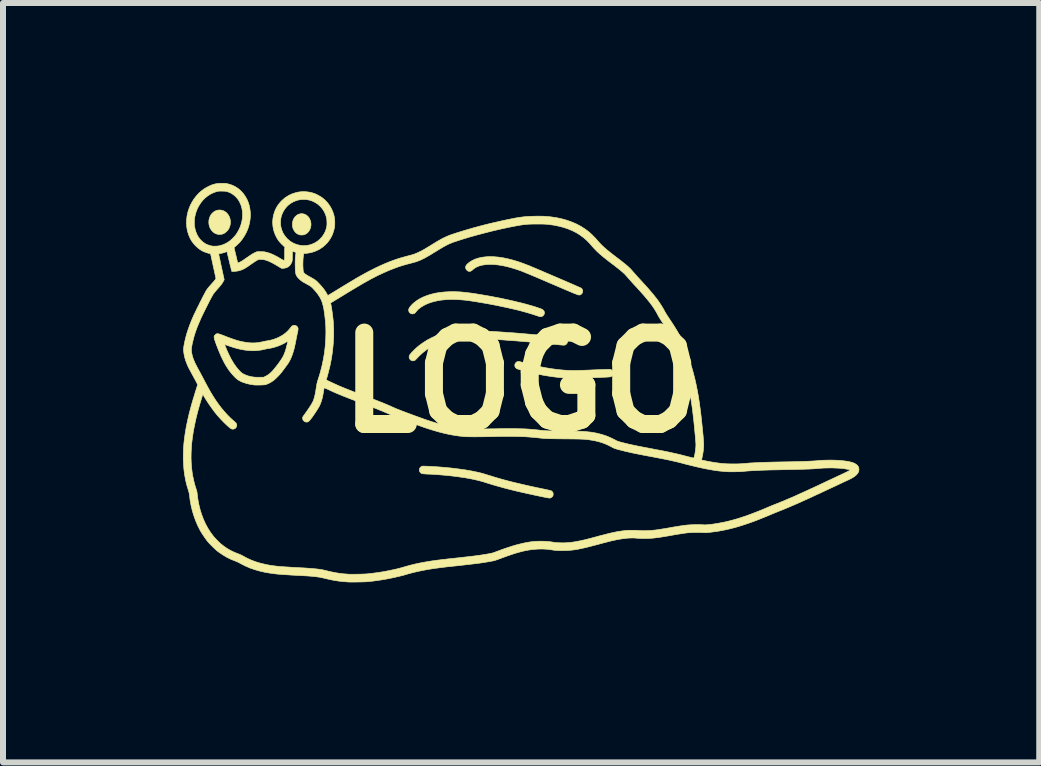
<source format=kicad_pcb>
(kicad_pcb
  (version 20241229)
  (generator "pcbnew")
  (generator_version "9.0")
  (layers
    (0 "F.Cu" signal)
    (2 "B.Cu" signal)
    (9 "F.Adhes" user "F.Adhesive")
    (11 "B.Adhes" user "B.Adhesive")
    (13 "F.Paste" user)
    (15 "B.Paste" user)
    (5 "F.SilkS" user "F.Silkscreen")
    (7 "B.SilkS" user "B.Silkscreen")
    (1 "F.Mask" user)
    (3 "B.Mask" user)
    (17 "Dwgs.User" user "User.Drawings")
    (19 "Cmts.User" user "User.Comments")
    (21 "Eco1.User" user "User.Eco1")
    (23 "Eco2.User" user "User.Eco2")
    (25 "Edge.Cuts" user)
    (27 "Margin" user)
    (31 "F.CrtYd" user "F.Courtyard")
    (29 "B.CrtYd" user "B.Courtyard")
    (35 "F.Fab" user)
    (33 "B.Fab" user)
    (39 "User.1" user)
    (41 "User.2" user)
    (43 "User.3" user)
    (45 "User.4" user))
  (footprint "LOGO"
    (layer "F.Cu")
    (at 5.633 3.327)
    (property "Reference" "LOGO" (at 0 0 0) (layer "F.SilkS") (effects (font (size 1.524 1.524) (thickness 0.3))))
    (attr through_hole)
    (fp_poly (pts (xy -4.978 -2.871) (xy -4.949 -2.86) (xy -4.922 -2.843) (xy -4.908 -2.831) (xy -4.884 -2.804) (xy -4.866 -2.774) (xy -4.853 -2.742) (xy -4.845 -2.708) (xy -4.843 -2.672) (xy -4.846 -2.637) (xy -4.855 -2.601) (xy -4.867 -2.572) (xy -4.875 -2.557) (xy -4.885 -2.543) (xy -4.898 -2.528) (xy -4.904 -2.523) (xy -4.927 -2.502) (xy -4.951 -2.486) (xy -4.976 -2.476) (xy -5.003 -2.471) (xy -5.024 -2.47) (xy -5.039 -2.471) (xy -5.053 -2.473) (xy -5.064 -2.475) (xy -5.064 -2.475) (xy -5.09 -2.484) (xy -5.113 -2.496) (xy -5.134 -2.513) (xy -5.145 -2.524) (xy -5.166 -2.55) (xy -5.183 -2.579) (xy -5.194 -2.61) (xy -5.201 -2.642) (xy -5.203 -2.675) (xy -5.201 -2.707) (xy -5.194 -2.739) (xy -5.182 -2.77) (xy -5.167 -2.798) (xy -5.147 -2.823) (xy -5.123 -2.844) (xy -5.1 -2.859) (xy -5.07 -2.871) (xy -5.039 -2.877) (xy -5.008 -2.877) (xy -4.978 -2.871)) (stroke (width 0.01) (type solid)) (fill yes) (layer "F.SilkS"))
    (fp_poly (pts (xy -3.64 -2.815) (xy -3.612 -2.809) (xy -3.587 -2.798) (xy -3.563 -2.781) (xy -3.542 -2.76) (xy -3.525 -2.734) (xy -3.521 -2.726) (xy -3.509 -2.695) (xy -3.502 -2.663) (xy -3.5 -2.631) (xy -3.504 -2.6) (xy -3.512 -2.57) (xy -3.525 -2.541) (xy -3.542 -2.516) (xy -3.563 -2.494) (xy -3.589 -2.477) (xy -3.597 -2.473) (xy -3.608 -2.468) (xy -3.617 -2.465) (xy -3.627 -2.463) (xy -3.64 -2.462) (xy -3.65 -2.461) (xy -3.666 -2.461) (xy -3.679 -2.462) (xy -3.69 -2.464) (xy -3.7 -2.467) (xy -3.728 -2.48) (xy -3.752 -2.497) (xy -3.772 -2.52) (xy -3.789 -2.547) (xy -3.791 -2.551) (xy -3.8 -2.571) (xy -3.805 -2.59) (xy -3.809 -2.61) (xy -3.81 -2.632) (xy -3.81 -2.64) (xy -3.807 -2.675) (xy -3.799 -2.706) (xy -3.786 -2.735) (xy -3.767 -2.762) (xy -3.762 -2.767) (xy -3.744 -2.784) (xy -3.727 -2.797) (xy -3.708 -2.806) (xy -3.695 -2.81) (xy -3.667 -2.816) (xy -3.64 -2.815)) (stroke (width 0.01) (type solid)) (fill yes) (layer "F.SilkS"))
    (fp_poly (pts (xy -0.034 -0.353) (xy -0.025 -0.352) (xy -0.014 -0.349) (xy 0.002 -0.344) (xy 0.023 -0.338) (xy 0.024 -0.338) (xy 0.136 -0.308) (xy 0.248 -0.281) (xy 0.36 -0.258) (xy 0.47 -0.238) (xy 0.578 -0.223) (xy 0.638 -0.216) (xy 0.669 -0.213) (xy 0.699 -0.21) (xy 0.728 -0.208) (xy 0.757 -0.206) (xy 0.786 -0.205) (xy 0.816 -0.204) (xy 0.847 -0.203) (xy 0.879 -0.203) (xy 0.914 -0.203) (xy 0.952 -0.204) (xy 0.994 -0.205) (xy 1.039 -0.206) (xy 1.089 -0.208) (xy 1.144 -0.21) (xy 1.205 -0.213) (xy 1.233 -0.214) (xy 1.285 -0.216) (xy 1.331 -0.218) (xy 1.37 -0.219) (xy 1.404 -0.221) (xy 1.431 -0.221) (xy 1.454 -0.222) (xy 1.471 -0.222) (xy 1.482 -0.222) (xy 1.489 -0.222) (xy 1.489 -0.221) (xy 1.499 -0.217) (xy 1.51 -0.211) (xy 1.514 -0.208) (xy 1.527 -0.193) (xy 1.534 -0.176) (xy 1.536 -0.158) (xy 1.534 -0.141) (xy 1.526 -0.124) (xy 1.514 -0.111) (xy 1.502 -0.102) (xy 1.499 -0.101) (xy 1.497 -0.1) (xy 1.495 -0.099) (xy 1.492 -0.098) (xy 1.488 -0.097) (xy 1.482 -0.097) (xy 1.475 -0.096) (xy 1.466 -0.095) (xy 1.455 -0.094) (xy 1.441 -0.093) (xy 1.423 -0.092) (xy 1.402 -0.091) (xy 1.378 -0.09) (xy 1.349 -0.089) (xy 1.316 -0.087) (xy 1.277 -0.086) (xy 1.234 -0.084) (xy 1.184 -0.082) (xy 1.132 -0.079) (xy 1.096 -0.078) (xy 1.057 -0.077) (xy 1.018 -0.076) (xy 0.979 -0.075) (xy 0.94 -0.074) (xy 0.902 -0.074) (xy 0.867 -0.074) (xy 0.835 -0.074) (xy 0.806 -0.074) (xy 0.782 -0.074) (xy 0.763 -0.075) (xy 0.76 -0.075) (xy 0.634 -0.086) (xy 0.505 -0.102) (xy 0.375 -0.123) (xy 0.244 -0.149) (xy 0.112 -0.179) (xy -0.005 -0.211) (xy -0.029 -0.218) (xy -0.049 -0.225) (xy -0.063 -0.23) (xy -0.075 -0.236) (xy -0.083 -0.242) (xy -0.09 -0.249) (xy -0.093 -0.253) (xy -0.102 -0.27) (xy -0.104 -0.288) (xy -0.102 -0.306) (xy -0.095 -0.322) (xy -0.084 -0.336) (xy -0.069 -0.347) (xy -0.055 -0.352) (xy -0.05 -0.353) (xy -0.045 -0.354) (xy -0.04 -0.354) (xy -0.034 -0.353)) (stroke (width 0.01) (type solid)) (fill yes) (layer "F.SilkS"))
    (fp_poly (pts (xy -1.615 1.391) (xy -1.597 1.392) (xy -1.584 1.392) (xy -1.517 1.395) (xy -1.446 1.399) (xy -1.372 1.404) (xy -1.296 1.41) (xy -1.22 1.417) (xy -1.144 1.425) (xy -1.07 1.434) (xy -0.999 1.444) (xy -0.932 1.453) (xy -0.899 1.459) (xy -0.839 1.469) (xy -0.784 1.48) (xy -0.733 1.491) (xy -0.683 1.502) (xy -0.635 1.515) (xy -0.585 1.53) (xy -0.534 1.546) (xy -0.522 1.549) (xy -0.446 1.573) (xy -0.364 1.597) (xy -0.275 1.622) (xy -0.181 1.647) (xy -0.079 1.672) (xy 0.028 1.697) (xy 0.142 1.723) (xy 0.262 1.749) (xy 0.388 1.775) (xy 0.401 1.778) (xy 0.425 1.783) (xy 0.447 1.788) (xy 0.467 1.793) (xy 0.484 1.797) (xy 0.496 1.8) (xy 0.504 1.802) (xy 0.504 1.803) (xy 0.513 1.809) (xy 0.522 1.818) (xy 0.525 1.822) (xy 0.531 1.83) (xy 0.533 1.838) (xy 0.535 1.847) (xy 0.535 1.859) (xy 0.535 1.872) (xy 0.533 1.881) (xy 0.53 1.888) (xy 0.526 1.895) (xy 0.515 1.906) (xy 0.502 1.915) (xy 0.487 1.922) (xy 0.473 1.924) (xy 0.468 1.923) (xy 0.457 1.921) (xy 0.441 1.918) (xy 0.421 1.915) (xy 0.398 1.91) (xy 0.373 1.905) (xy 0.348 1.9) (xy 0.233 1.876) (xy 0.124 1.852) (xy 0.02 1.829) (xy -0.079 1.806) (xy -0.173 1.783) (xy -0.263 1.76) (xy -0.349 1.736) (xy -0.432 1.713) (xy -0.512 1.689) (xy -0.59 1.665) (xy -0.592 1.664) (xy -0.646 1.647) (xy -0.704 1.632) (xy -0.762 1.618) (xy -0.789 1.612) (xy -0.854 1.599) (xy -0.925 1.586) (xy -1 1.575) (xy -1.079 1.564) (xy -1.16 1.554) (xy -1.244 1.545) (xy -1.329 1.538) (xy -1.413 1.531) (xy -1.497 1.526) (xy -1.547 1.524) (xy -1.576 1.523) (xy -1.6 1.521) (xy -1.619 1.52) (xy -1.634 1.518) (xy -1.645 1.516) (xy -1.654 1.514) (xy -1.661 1.511) (xy -1.667 1.508) (xy -1.673 1.503) (xy -1.685 1.488) (xy -1.693 1.472) (xy -1.695 1.454) (xy -1.692 1.436) (xy -1.685 1.42) (xy -1.672 1.406) (xy -1.661 1.398) (xy -1.655 1.395) (xy -1.651 1.393) (xy -1.645 1.392) (xy -1.638 1.391) (xy -1.629 1.391) (xy -1.615 1.391)) (stroke (width 0.01) (type solid)) (fill yes) (layer "F.SilkS"))
    (fp_poly (pts (xy -1.096 -1.516) (xy -1.006 -1.512) (xy -0.945 -1.506) (xy -0.909 -1.502) (xy -0.868 -1.497) (xy -0.822 -1.491) (xy -0.772 -1.484) (xy -0.719 -1.475) (xy -0.663 -1.466) (xy -0.605 -1.456) (xy -0.546 -1.446) (xy -0.486 -1.435) (xy -0.425 -1.423) (xy -0.366 -1.412) (xy -0.316 -1.402) (xy -0.248 -1.387) (xy -0.181 -1.372) (xy -0.114 -1.357) (xy -0.049 -1.341) (xy 0.014 -1.326) (xy 0.075 -1.31) (xy 0.132 -1.294) (xy 0.185 -1.279) (xy 0.235 -1.264) (xy 0.279 -1.249) (xy 0.318 -1.236) (xy 0.336 -1.229) (xy 0.358 -1.218) (xy 0.374 -1.205) (xy 0.385 -1.189) (xy 0.39 -1.17) (xy 0.39 -1.16) (xy 0.387 -1.144) (xy 0.379 -1.129) (xy 0.367 -1.115) (xy 0.352 -1.105) (xy 0.335 -1.1) (xy 0.325 -1.099) (xy 0.318 -1.1) (xy 0.307 -1.103) (xy 0.292 -1.107) (xy 0.273 -1.113) (xy 0.253 -1.12) (xy 0.237 -1.125) (xy 0.169 -1.147) (xy 0.095 -1.169) (xy 0.016 -1.191) (xy -0.069 -1.213) (xy -0.159 -1.234) (xy -0.254 -1.255) (xy -0.353 -1.276) (xy -0.456 -1.297) (xy -0.564 -1.317) (xy -0.674 -1.336) (xy -0.699 -1.34) (xy -0.747 -1.348) (xy -0.791 -1.355) (xy -0.83 -1.361) (xy -0.865 -1.366) (xy -0.898 -1.37) (xy -0.928 -1.374) (xy -0.957 -1.377) (xy -0.985 -1.379) (xy -1.015 -1.382) (xy -1.045 -1.383) (xy -1.072 -1.385) (xy -1.136 -1.387) (xy -1.201 -1.386) (xy -1.265 -1.382) (xy -1.327 -1.376) (xy -1.383 -1.367) (xy -1.384 -1.367) (xy -1.441 -1.354) (xy -1.496 -1.339) (xy -1.547 -1.321) (xy -1.595 -1.3) (xy -1.638 -1.276) (xy -1.677 -1.251) (xy -1.711 -1.224) (xy -1.739 -1.195) (xy -1.749 -1.181) (xy -1.763 -1.165) (xy -1.777 -1.154) (xy -1.791 -1.148) (xy -1.807 -1.146) (xy -1.807 -1.146) (xy -1.823 -1.147) (xy -1.836 -1.151) (xy -1.848 -1.158) (xy -1.851 -1.161) (xy -1.863 -1.175) (xy -1.871 -1.193) (xy -1.873 -1.211) (xy -1.869 -1.231) (xy -1.865 -1.24) (xy -1.857 -1.254) (xy -1.844 -1.271) (xy -1.828 -1.289) (xy -1.81 -1.308) (xy -1.792 -1.325) (xy -1.783 -1.332) (xy -1.735 -1.369) (xy -1.681 -1.402) (xy -1.623 -1.43) (xy -1.56 -1.455) (xy -1.493 -1.475) (xy -1.422 -1.492) (xy -1.346 -1.504) (xy -1.267 -1.512) (xy -1.183 -1.516) (xy -1.096 -1.516)) (stroke (width 0.01) (type solid)) (fill yes) (layer "F.SilkS"))
    (fp_poly (pts (xy -0.915 -0.87) (xy -0.867 -0.869) (xy -0.815 -0.868) (xy -0.759 -0.866) (xy -0.698 -0.864) (xy -0.635 -0.862) (xy -0.569 -0.858) (xy -0.5 -0.855) (xy -0.429 -0.851) (xy -0.356 -0.846) (xy -0.282 -0.841) (xy -0.214 -0.836) (xy -0.17 -0.833) (xy -0.123 -0.83) (xy -0.074 -0.826) (xy -0.024 -0.822) (xy 0.028 -0.817) (xy 0.081 -0.813) (xy 0.134 -0.808) (xy 0.188 -0.804) (xy 0.241 -0.799) (xy 0.293 -0.795) (xy 0.345 -0.79) (xy 0.395 -0.785) (xy 0.443 -0.781) (xy 0.489 -0.777) (xy 0.532 -0.772) (xy 0.572 -0.768) (xy 0.608 -0.765) (xy 0.641 -0.761) (xy 0.67 -0.758) (xy 0.694 -0.755) (xy 0.713 -0.753) (xy 0.726 -0.751) (xy 0.734 -0.75) (xy 0.735 -0.749) (xy 0.742 -0.746) (xy 0.75 -0.739) (xy 0.755 -0.735) (xy 0.768 -0.72) (xy 0.774 -0.704) (xy 0.776 -0.686) (xy 0.773 -0.669) (xy 0.765 -0.653) (xy 0.754 -0.64) (xy 0.738 -0.63) (xy 0.725 -0.625) (xy 0.717 -0.625) (xy 0.704 -0.625) (xy 0.685 -0.626) (xy 0.662 -0.628) (xy 0.642 -0.63) (xy 0.543 -0.64) (xy 0.441 -0.65) (xy 0.336 -0.66) (xy 0.229 -0.67) (xy 0.122 -0.679) (xy 0.014 -0.688) (xy -0.092 -0.697) (xy -0.196 -0.704) (xy -0.296 -0.712) (xy -0.393 -0.718) (xy -0.484 -0.724) (xy -0.484 -0.724) (xy -0.537 -0.727) (xy -0.591 -0.73) (xy -0.644 -0.732) (xy -0.697 -0.734) (xy -0.748 -0.736) (xy -0.798 -0.737) (xy -0.845 -0.739) (xy -0.889 -0.739) (xy -0.93 -0.74) (xy -0.967 -0.74) (xy -0.999 -0.739) (xy -1.026 -0.739) (xy -1.048 -0.737) (xy -1.053 -0.737) (xy -1.135 -0.726) (xy -1.215 -0.71) (xy -1.293 -0.689) (xy -1.368 -0.661) (xy -1.44 -0.629) (xy -1.509 -0.591) (xy -1.574 -0.549) (xy -1.636 -0.501) (xy -1.694 -0.448) (xy -1.732 -0.408) (xy -1.744 -0.396) (xy -1.755 -0.385) (xy -1.764 -0.376) (xy -1.77 -0.371) (xy -1.772 -0.37) (xy -1.785 -0.366) (xy -1.8 -0.364) (xy -1.814 -0.365) (xy -1.815 -0.365) (xy -1.833 -0.372) (xy -1.847 -0.384) (xy -1.858 -0.399) (xy -1.864 -0.416) (xy -1.865 -0.435) (xy -1.86 -0.453) (xy -1.859 -0.455) (xy -1.853 -0.466) (xy -1.842 -0.479) (xy -1.828 -0.496) (xy -1.811 -0.514) (xy -1.792 -0.534) (xy -1.771 -0.554) (xy -1.75 -0.574) (xy -1.729 -0.593) (xy -1.708 -0.61) (xy -1.703 -0.615) (xy -1.634 -0.665) (xy -1.562 -0.711) (xy -1.487 -0.75) (xy -1.409 -0.785) (xy -1.328 -0.814) (xy -1.245 -0.837) (xy -1.16 -0.854) (xy -1.073 -0.865) (xy -1.055 -0.867) (xy -1.029 -0.869) (xy -0.996 -0.87) (xy -0.958 -0.87) (xy -0.915 -0.87)) (stroke (width 0.01) (type solid)) (fill yes) (layer "F.SilkS"))
    (fp_poly (pts (xy -0.455 -2.099) (xy -0.382 -2.093) (xy -0.306 -2.082) (xy -0.227 -2.066) (xy -0.144 -2.045) (xy -0.059 -2.02) (xy 0.03 -1.989) (xy 0.121 -1.954) (xy 0.127 -1.952) (xy 0.145 -1.945) (xy 0.167 -1.935) (xy 0.193 -1.924) (xy 0.223 -1.912) (xy 0.256 -1.898) (xy 0.291 -1.883) (xy 0.33 -1.867) (xy 0.37 -1.849) (xy 0.412 -1.831) (xy 0.455 -1.813) (xy 0.499 -1.794) (xy 0.544 -1.775) (xy 0.588 -1.756) (xy 0.632 -1.737) (xy 0.676 -1.718) (xy 0.719 -1.7) (xy 0.76 -1.682) (xy 0.799 -1.665) (xy 0.836 -1.649) (xy 0.87 -1.634) (xy 0.901 -1.621) (xy 0.929 -1.608) (xy 0.953 -1.598) (xy 0.973 -1.589) (xy 0.988 -1.582) (xy 0.998 -1.578) (xy 1.003 -1.575) (xy 1.003 -1.575) (xy 1.017 -1.561) (xy 1.025 -1.545) (xy 1.028 -1.527) (xy 1.026 -1.509) (xy 1.02 -1.493) (xy 1.009 -1.478) (xy 0.994 -1.468) (xy 0.99 -1.466) (xy 0.986 -1.463) (xy 0.982 -1.462) (xy 0.977 -1.461) (xy 0.972 -1.46) (xy 0.966 -1.461) (xy 0.959 -1.462) (xy 0.95 -1.464) (xy 0.938 -1.468) (xy 0.925 -1.473) (xy 0.908 -1.479) (xy 0.889 -1.487) (xy 0.865 -1.496) (xy 0.838 -1.508) (xy 0.807 -1.521) (xy 0.771 -1.536) (xy 0.731 -1.553) (xy 0.685 -1.573) (xy 0.654 -1.586) (xy 0.582 -1.617) (xy 0.516 -1.645) (xy 0.455 -1.671) (xy 0.4 -1.695) (xy 0.349 -1.717) (xy 0.302 -1.737) (xy 0.26 -1.755) (xy 0.221 -1.771) (xy 0.187 -1.786) (xy 0.155 -1.799) (xy 0.127 -1.811) (xy 0.102 -1.821) (xy 0.079 -1.83) (xy 0.059 -1.839) (xy 0.04 -1.846) (xy 0.024 -1.853) (xy 0.008 -1.859) (xy -0.005 -1.864) (xy -0.018 -1.869) (xy -0.031 -1.873) (xy -0.042 -1.877) (xy -0.054 -1.881) (xy -0.066 -1.885) (xy -0.078 -1.889) (xy -0.091 -1.893) (xy -0.096 -1.895) (xy -0.169 -1.917) (xy -0.241 -1.936) (xy -0.309 -1.95) (xy -0.375 -1.961) (xy -0.438 -1.968) (xy -0.497 -1.971) (xy -0.553 -1.97) (xy -0.605 -1.965) (xy -0.653 -1.957) (xy -0.698 -1.945) (xy -0.737 -1.929) (xy -0.772 -1.909) (xy -0.802 -1.885) (xy -0.803 -1.884) (xy -0.821 -1.869) (xy -0.837 -1.859) (xy -0.852 -1.854) (xy -0.867 -1.855) (xy -0.882 -1.859) (xy -0.898 -1.869) (xy -0.911 -1.883) (xy -0.92 -1.899) (xy -0.924 -1.917) (xy -0.922 -1.935) (xy -0.92 -1.944) (xy -0.911 -1.959) (xy -0.897 -1.975) (xy -0.878 -1.992) (xy -0.856 -2.009) (xy -0.831 -2.025) (xy -0.804 -2.04) (xy -0.777 -2.053) (xy -0.766 -2.058) (xy -0.711 -2.076) (xy -0.653 -2.089) (xy -0.591 -2.097) (xy -0.525 -2.101) (xy -0.455 -2.099)) (stroke (width 0.01) (type solid)) (fill yes) (layer "F.SilkS"))
    (fp_poly (pts (xy -3.768 -0.955) (xy -3.752 -0.95) (xy -3.737 -0.941) (xy -3.725 -0.927) (xy -3.717 -0.911) (xy -3.715 -0.895) (xy -3.716 -0.885) (xy -3.718 -0.872) (xy -3.72 -0.856) (xy -3.722 -0.847) (xy -3.725 -0.835) (xy -3.729 -0.818) (xy -3.733 -0.798) (xy -3.738 -0.774) (xy -3.743 -0.749) (xy -3.748 -0.724) (xy -3.748 -0.722) (xy -3.756 -0.682) (xy -3.763 -0.646) (xy -3.77 -0.615) (xy -3.776 -0.588) (xy -3.782 -0.563) (xy -3.788 -0.54) (xy -3.795 -0.517) (xy -3.796 -0.514) (xy -3.809 -0.474) (xy -3.824 -0.434) (xy -3.84 -0.396) (xy -3.857 -0.362) (xy -3.87 -0.339) (xy -3.876 -0.329) (xy -3.886 -0.315) (xy -3.898 -0.298) (xy -3.912 -0.279) (xy -3.927 -0.258) (xy -3.943 -0.236) (xy -3.959 -0.215) (xy -3.974 -0.195) (xy -3.987 -0.177) (xy -3.997 -0.165) (xy -4.011 -0.148) (xy -4.028 -0.129) (xy -4.047 -0.109) (xy -4.067 -0.089) (xy -4.086 -0.07) (xy -4.104 -0.054) (xy -4.12 -0.04) (xy -4.128 -0.034) (xy -4.155 -0.016) (xy -4.183 0.001) (xy -4.211 0.015) (xy -4.237 0.026) (xy -4.261 0.034) (xy -4.268 0.035) (xy -4.278 0.036) (xy -4.293 0.037) (xy -4.312 0.038) (xy -4.334 0.039) (xy -4.357 0.039) (xy -4.38 0.04) (xy -4.402 0.04) (xy -4.422 0.039) (xy -4.439 0.039) (xy -4.45 0.038) (xy -4.509 0.029) (xy -4.567 0.016) (xy -4.621 -0.001) (xy -4.648 -0.011) (xy -4.675 -0.023) (xy -4.697 -0.035) (xy -4.717 -0.047) (xy -4.735 -0.061) (xy -4.755 -0.078) (xy -4.77 -0.093) (xy -4.803 -0.128) (xy -4.834 -0.164) (xy -4.864 -0.202) (xy -4.892 -0.244) (xy -4.92 -0.288) (xy -4.947 -0.335) (xy -4.973 -0.387) (xy -5 -0.443) (xy -5.026 -0.504) (xy -5.053 -0.57) (xy -5.079 -0.638) (xy -4.94 -0.638) (xy -4.932 -0.617) (xy -4.9 -0.536) (xy -4.865 -0.461) (xy -4.83 -0.392) (xy -4.792 -0.328) (xy -4.753 -0.271) (xy -4.712 -0.22) (xy -4.686 -0.192) (xy -4.672 -0.178) (xy -4.661 -0.168) (xy -4.651 -0.16) (xy -4.641 -0.153) (xy -4.628 -0.146) (xy -4.623 -0.143) (xy -4.597 -0.131) (xy -4.572 -0.121) (xy -4.546 -0.112) (xy -4.517 -0.105) (xy -4.512 -0.104) (xy -4.489 -0.099) (xy -4.469 -0.095) (xy -4.449 -0.093) (xy -4.429 -0.091) (xy -4.407 -0.09) (xy -4.38 -0.09) (xy -4.356 -0.09) (xy -4.289 -0.091) (xy -4.256 -0.107) (xy -4.236 -0.118) (xy -4.217 -0.13) (xy -4.198 -0.143) (xy -4.18 -0.159) (xy -4.161 -0.176) (xy -4.141 -0.196) (xy -4.121 -0.22) (xy -4.098 -0.248) (xy -4.073 -0.28) (xy -4.045 -0.316) (xy -4.037 -0.327) (xy -4.014 -0.36) (xy -3.994 -0.389) (xy -3.977 -0.416) (xy -3.963 -0.442) (xy -3.951 -0.467) (xy -3.94 -0.494) (xy -3.931 -0.519) (xy -3.926 -0.534) (xy -3.92 -0.552) (xy -3.915 -0.572) (xy -3.909 -0.593) (xy -3.904 -0.614) (xy -3.899 -0.634) (xy -3.894 -0.652) (xy -3.891 -0.668) (xy -3.888 -0.681) (xy -3.887 -0.689) (xy -3.887 -0.691) (xy -3.89 -0.69) (xy -3.897 -0.686) (xy -3.906 -0.68) (xy -3.91 -0.678) (xy -3.95 -0.654) (xy -3.995 -0.632) (xy -4.044 -0.612) (xy -4.094 -0.595) (xy -4.145 -0.581) (xy -4.194 -0.571) (xy -4.223 -0.567) (xy -4.233 -0.565) (xy -4.247 -0.562) (xy -4.264 -0.559) (xy -4.277 -0.555) (xy -4.335 -0.543) (xy -4.394 -0.536) (xy -4.455 -0.532) (xy -4.517 -0.534) (xy -4.581 -0.54) (xy -4.647 -0.55) (xy -4.716 -0.565) (xy -4.788 -0.585) (xy -4.864 -0.61) (xy -4.919 -0.63) (xy -4.94 -0.638) (xy -5.079 -0.638) (xy -5.08 -0.642) (xy -5.089 -0.666) (xy -5.099 -0.695) (xy -5.107 -0.718) (xy -5.112 -0.737) (xy -5.114 -0.752) (xy -5.115 -0.765) (xy -5.113 -0.775) (xy -5.108 -0.785) (xy -5.101 -0.793) (xy -5.095 -0.799) (xy -5.087 -0.806) (xy -5.079 -0.812) (xy -5.07 -0.815) (xy -5.06 -0.816) (xy -5.048 -0.815) (xy -5.033 -0.812) (xy -5.015 -0.806) (xy -4.992 -0.798) (xy -4.965 -0.788) (xy -4.957 -0.785) (xy -4.903 -0.763) (xy -4.854 -0.745) (xy -4.809 -0.729) (xy -4.768 -0.715) (xy -4.729 -0.703) (xy -4.693 -0.693) (xy -4.658 -0.685) (xy -4.623 -0.678) (xy -4.605 -0.675) (xy -4.544 -0.666) (xy -4.486 -0.662) (xy -4.431 -0.663) (xy -4.377 -0.668) (xy -4.323 -0.678) (xy -4.297 -0.684) (xy -4.28 -0.688) (xy -4.261 -0.692) (xy -4.244 -0.695) (xy -4.242 -0.695) (xy -4.18 -0.706) (xy -4.122 -0.722) (xy -4.066 -0.743) (xy -4.014 -0.768) (xy -3.965 -0.797) (xy -3.921 -0.83) (xy -3.881 -0.868) (xy -3.846 -0.909) (xy -3.844 -0.912) (xy -3.83 -0.93) (xy -3.818 -0.942) (xy -3.807 -0.95) (xy -3.795 -0.954) (xy -3.782 -0.956) (xy -3.768 -0.955)) (stroke (width 0.01) (type solid)) (fill yes) (layer "F.SilkS"))
    (fp_poly (pts (xy -4.964 -3.322) (xy -4.946 -3.322) (xy -4.931 -3.321) (xy -4.919 -3.32) (xy -4.907 -3.318) (xy -4.894 -3.316) (xy -4.893 -3.315) (xy -4.841 -3.301) (xy -4.793 -3.282) (xy -4.748 -3.258) (xy -4.706 -3.229) (xy -4.667 -3.194) (xy -4.662 -3.189) (xy -4.626 -3.149) (xy -4.595 -3.104) (xy -4.568 -3.057) (xy -4.547 -3.007) (xy -4.53 -2.954) (xy -4.519 -2.9) (xy -4.512 -2.844) (xy -4.51 -2.787) (xy -4.514 -2.73) (xy -4.522 -2.673) (xy -4.536 -2.615) (xy -4.554 -2.559) (xy -4.578 -2.504) (xy -4.607 -2.45) (xy -4.64 -2.4) (xy -4.658 -2.375) (xy -4.675 -2.354) (xy -4.693 -2.333) (xy -4.714 -2.313) (xy -4.736 -2.292) (xy -4.763 -2.268) (xy -4.773 -2.26) (xy -4.783 -2.252) (xy -4.753 -2.126) (xy -4.746 -2.099) (xy -4.74 -2.073) (xy -4.735 -2.05) (xy -4.73 -2.03) (xy -4.726 -2.015) (xy -4.723 -2.003) (xy -4.721 -1.998) (xy -4.721 -1.997) (xy -4.717 -1.996) (xy -4.709 -1.999) (xy -4.697 -2.003) (xy -4.683 -2.01) (xy -4.667 -2.018) (xy -4.655 -2.025) (xy -4.645 -2.031) (xy -4.632 -2.04) (xy -4.615 -2.051) (xy -4.597 -2.064) (xy -4.578 -2.077) (xy -4.567 -2.084) (xy -4.536 -2.106) (xy -4.509 -2.124) (xy -4.485 -2.14) (xy -4.464 -2.152) (xy -4.444 -2.163) (xy -4.424 -2.172) (xy -4.423 -2.172) (xy -4.399 -2.183) (xy -4.34 -2.183) (xy -4.317 -2.182) (xy -4.3 -2.182) (xy -4.285 -2.181) (xy -4.273 -2.18) (xy -4.261 -2.177) (xy -4.251 -2.175) (xy -4.217 -2.166) (xy -4.183 -2.155) (xy -4.148 -2.141) (xy -4.112 -2.124) (xy -4.073 -2.104) (xy -4.03 -2.08) (xy -4.013 -2.069) (xy -3.993 -2.058) (xy -3.977 -2.049) (xy -3.966 -2.043) (xy -3.958 -2.04) (xy -3.952 -2.039) (xy -3.948 -2.041) (xy -3.945 -2.045) (xy -3.943 -2.051) (xy -3.942 -2.057) (xy -3.941 -2.069) (xy -3.94 -2.088) (xy -3.94 -2.112) (xy -3.94 -2.142) (xy -3.94 -2.145) (xy -3.94 -2.168) (xy -3.94 -2.19) (xy -3.939 -2.21) (xy -3.939 -2.227) (xy -3.938 -2.239) (xy -3.938 -2.245) (xy -3.935 -2.26) (xy -3.95 -2.271) (xy -3.961 -2.281) (xy -3.974 -2.294) (xy -3.99 -2.309) (xy -4.005 -2.325) (xy -4.019 -2.341) (xy -4.032 -2.356) (xy -4.037 -2.362) (xy -4.068 -2.409) (xy -4.093 -2.458) (xy -4.113 -2.51) (xy -4.128 -2.562) (xy -4.136 -2.616) (xy -4.139 -2.67) (xy -4.139 -2.676) (xy -4.009 -2.676) (xy -4.007 -2.629) (xy -3.999 -2.582) (xy -3.987 -2.544) (xy -3.969 -2.499) (xy -3.945 -2.459) (xy -3.916 -2.421) (xy -3.891 -2.394) (xy -3.854 -2.362) (xy -3.813 -2.335) (xy -3.77 -2.314) (xy -3.724 -2.298) (xy -3.677 -2.288) (xy -3.63 -2.283) (xy -3.582 -2.285) (xy -3.575 -2.286) (xy -3.525 -2.295) (xy -3.479 -2.31) (xy -3.435 -2.33) (xy -3.394 -2.356) (xy -3.355 -2.388) (xy -3.345 -2.398) (xy -3.312 -2.435) (xy -3.285 -2.475) (xy -3.263 -2.517) (xy -3.247 -2.563) (xy -3.238 -2.6) (xy -3.236 -2.617) (xy -3.234 -2.639) (xy -3.234 -2.663) (xy -3.235 -2.687) (xy -3.236 -2.711) (xy -3.238 -2.731) (xy -3.24 -2.74) (xy -3.253 -2.788) (xy -3.271 -2.832) (xy -3.294 -2.874) (xy -3.322 -2.911) (xy -3.353 -2.945) (xy -3.388 -2.975) (xy -3.426 -3) (xy -3.466 -3.021) (xy -3.509 -3.037) (xy -3.553 -3.048) (xy -3.599 -3.053) (xy -3.646 -3.053) (xy -3.693 -3.048) (xy -3.74 -3.036) (xy -3.756 -3.03) (xy -3.8 -3.011) (xy -3.841 -2.987) (xy -3.878 -2.959) (xy -3.911 -2.926) (xy -3.939 -2.89) (xy -3.963 -2.851) (xy -3.982 -2.81) (xy -3.997 -2.767) (xy -4.005 -2.722) (xy -4.009 -2.676) (xy -4.139 -2.676) (xy -4.136 -2.724) (xy -4.128 -2.778) (xy -4.113 -2.83) (xy -4.094 -2.882) (xy -4.068 -2.931) (xy -4.046 -2.965) (xy -4.027 -2.989) (xy -4.005 -3.015) (xy -3.98 -3.04) (xy -3.954 -3.063) (xy -3.93 -3.083) (xy -3.918 -3.091) (xy -3.868 -3.122) (xy -3.816 -3.146) (xy -3.762 -3.164) (xy -3.707 -3.177) (xy -3.652 -3.183) (xy -3.596 -3.183) (xy -3.54 -3.177) (xy -3.484 -3.165) (xy -3.44 -3.151) (xy -3.414 -3.14) (xy -3.385 -3.125) (xy -3.356 -3.109) (xy -3.329 -3.093) (xy -3.311 -3.08) (xy -3.267 -3.043) (xy -3.227 -3.001) (xy -3.193 -2.956) (xy -3.164 -2.908) (xy -3.14 -2.856) (xy -3.121 -2.802) (xy -3.11 -2.751) (xy -3.107 -2.728) (xy -3.105 -2.701) (xy -3.104 -2.671) (xy -3.104 -2.641) (xy -3.106 -2.613) (xy -3.109 -2.589) (xy -3.109 -2.584) (xy -3.123 -2.528) (xy -3.141 -2.474) (xy -3.165 -2.423) (xy -3.195 -2.375) (xy -3.228 -2.331) (xy -3.267 -2.292) (xy -3.31 -2.256) (xy -3.357 -2.225) (xy -3.398 -2.204) (xy -3.438 -2.187) (xy -3.478 -2.174) (xy -3.52 -2.164) (xy -3.565 -2.157) (xy -3.581 -2.155) (xy -3.621 -2.151) (xy -3.623 -2.138) (xy -3.628 -2.106) (xy -3.632 -2.069) (xy -3.634 -2.029) (xy -3.635 -1.988) (xy -3.635 -1.947) (xy -3.633 -1.908) (xy -3.632 -1.887) (xy -3.63 -1.869) (xy -3.629 -1.857) (xy -3.627 -1.848) (xy -3.624 -1.841) (xy -3.621 -1.835) (xy -3.62 -1.834) (xy -3.612 -1.824) (xy -3.6 -1.813) (xy -3.583 -1.801) (xy -3.561 -1.787) (xy -3.535 -1.772) (xy -3.513 -1.76) (xy -3.485 -1.744) (xy -3.462 -1.731) (xy -3.442 -1.718) (xy -3.424 -1.706) (xy -3.408 -1.693) (xy -3.392 -1.678) (xy -3.376 -1.661) (xy -3.357 -1.641) (xy -3.357 -1.641) (xy -3.327 -1.608) (xy -3.302 -1.579) (xy -3.28 -1.55) (xy -3.261 -1.522) (xy -3.243 -1.493) (xy -3.226 -1.462) (xy -3.221 -1.452) (xy -3.218 -1.453) (xy -3.21 -1.458) (xy -3.198 -1.465) (xy -3.182 -1.474) (xy -3.163 -1.486) (xy -3.14 -1.5) (xy -3.115 -1.515) (xy -3.088 -1.532) (xy -3.068 -1.544) (xy -3.005 -1.583) (xy -2.947 -1.618) (xy -2.894 -1.65) (xy -2.844 -1.68) (xy -2.798 -1.707) (xy -2.756 -1.733) (xy -2.716 -1.756) (xy -2.679 -1.777) (xy -2.643 -1.797) (xy -2.609 -1.816) (xy -2.576 -1.834) (xy -2.544 -1.851) (xy -2.512 -1.868) (xy -2.479 -1.884) (xy -2.446 -1.901) (xy -2.445 -1.902) (xy -2.363 -1.941) (xy -2.285 -1.976) (xy -2.209 -2.008) (xy -2.135 -2.036) (xy -2.06 -2.062) (xy -1.984 -2.085) (xy -1.905 -2.107) (xy -1.889 -2.111) (xy -1.855 -2.12) (xy -1.825 -2.128) (xy -1.8 -2.136) (xy -1.777 -2.143) (xy -1.755 -2.152) (xy -1.734 -2.161) (xy -1.711 -2.171) (xy -1.697 -2.178) (xy -1.679 -2.187) (xy -1.661 -2.195) (xy -1.644 -2.204) (xy -1.627 -2.214) (xy -1.609 -2.224) (xy -1.589 -2.236) (xy -1.566 -2.25) (xy -1.54 -2.266) (xy -1.509 -2.284) (xy -1.486 -2.299) (xy -1.443 -2.325) (xy -1.405 -2.349) (xy -1.37 -2.369) (xy -1.338 -2.387) (xy -1.309 -2.403) (xy -1.28 -2.417) (xy -1.253 -2.43) (xy -1.225 -2.442) (xy -1.197 -2.454) (xy -1.166 -2.465) (xy -1.134 -2.476) (xy -1.098 -2.488) (xy -1.076 -2.495) (xy -0.98 -2.525) (xy -0.886 -2.553) (xy -0.793 -2.58) (xy -0.7 -2.605) (xy -0.605 -2.63) (xy -0.508 -2.654) (xy -0.406 -2.677) (xy -0.333 -2.694) (xy -0.274 -2.707) (xy -0.22 -2.718) (xy -0.171 -2.728) (xy -0.126 -2.737) (xy -0.085 -2.745) (xy -0.046 -2.751) (xy -0.01 -2.757) (xy 0.024 -2.761) (xy 0.058 -2.765) (xy 0.091 -2.768) (xy 0.125 -2.77) (xy 0.16 -2.772) (xy 0.197 -2.773) (xy 0.236 -2.774) (xy 0.24 -2.774) (xy 0.286 -2.775) (xy 0.328 -2.774) (xy 0.365 -2.774) (xy 0.401 -2.772) (xy 0.435 -2.769) (xy 0.47 -2.766) (xy 0.505 -2.762) (xy 0.597 -2.748) (xy 0.685 -2.729) (xy 0.769 -2.705) (xy 0.849 -2.676) (xy 0.926 -2.643) (xy 0.998 -2.604) (xy 1.066 -2.561) (xy 1.124 -2.518) (xy 1.14 -2.505) (xy 1.159 -2.487) (xy 1.18 -2.468) (xy 1.202 -2.446) (xy 1.223 -2.425) (xy 1.243 -2.404) (xy 1.26 -2.385) (xy 1.27 -2.373) (xy 1.29 -2.35) (xy 1.31 -2.328) (xy 1.332 -2.305) (xy 1.355 -2.282) (xy 1.381 -2.258) (xy 1.409 -2.233) (xy 1.441 -2.206) (xy 1.476 -2.178) (xy 1.515 -2.147) (xy 1.559 -2.113) (xy 1.594 -2.086) (xy 1.634 -2.056) (xy 1.669 -2.029) (xy 1.699 -2.005) (xy 1.726 -1.983) (xy 1.75 -1.964) (xy 1.77 -1.947) (xy 1.789 -1.93) (xy 1.805 -1.915) (xy 1.82 -1.901) (xy 1.833 -1.887) (xy 1.846 -1.872) (xy 1.852 -1.865) (xy 1.876 -1.838) (xy 1.904 -1.806) (xy 1.935 -1.771) (xy 1.969 -1.734) (xy 2.006 -1.694) (xy 2.015 -1.684) (xy 2.064 -1.63) (xy 2.11 -1.58) (xy 2.151 -1.532) (xy 2.189 -1.488) (xy 2.223 -1.446) (xy 2.254 -1.407) (xy 2.283 -1.369) (xy 2.308 -1.332) (xy 2.332 -1.296) (xy 2.354 -1.26) (xy 2.375 -1.225) (xy 2.393 -1.191) (xy 2.401 -1.176) (xy 2.412 -1.158) (xy 2.425 -1.137) (xy 2.438 -1.116) (xy 2.453 -1.094) (xy 2.459 -1.084) (xy 2.502 -1.02) (xy 2.541 -0.96) (xy 2.576 -0.904) (xy 2.608 -0.851) (xy 2.636 -0.801) (xy 2.662 -0.753) (xy 2.685 -0.707) (xy 2.705 -0.662) (xy 2.724 -0.618) (xy 2.74 -0.574) (xy 2.755 -0.53) (xy 2.767 -0.49) (xy 2.773 -0.47) (xy 2.781 -0.446) (xy 2.789 -0.421) (xy 2.797 -0.397) (xy 2.802 -0.385) (xy 2.828 -0.308) (xy 2.853 -0.228) (xy 2.876 -0.145) (xy 2.898 -0.058) (xy 2.918 0.032) (xy 2.937 0.126) (xy 2.955 0.225) (xy 2.971 0.329) (xy 2.986 0.438) (xy 3 0.552) (xy 3.013 0.673) (xy 3.014 0.684) (xy 3.02 0.74) (xy 3.025 0.789) (xy 3.029 0.833) (xy 3.033 0.872) (xy 3.036 0.907) (xy 3.038 0.937) (xy 3.04 0.963) (xy 3.042 0.986) (xy 3.043 1.005) (xy 3.043 1.022) (xy 3.044 1.037) (xy 3.044 1.05) (xy 3.043 1.059) (xy 3.038 1.128) (xy 3.028 1.196) (xy 3.014 1.261) (xy 3.012 1.27) (xy 3.009 1.279) (xy 3.008 1.286) (xy 3.008 1.288) (xy 3.011 1.289) (xy 3.02 1.291) (xy 3.033 1.294) (xy 3.05 1.298) (xy 3.069 1.302) (xy 3.09 1.306) (xy 3.111 1.31) (xy 3.132 1.314) (xy 3.152 1.318) (xy 3.167 1.321) (xy 3.229 1.331) (xy 3.293 1.34) (xy 3.36 1.348) (xy 3.367 1.348) (xy 3.392 1.35) (xy 3.421 1.352) (xy 3.455 1.353) (xy 3.49 1.354) (xy 3.528 1.354) (xy 3.565 1.354) (xy 3.602 1.354) (xy 3.636 1.353) (xy 3.667 1.351) (xy 3.693 1.35) (xy 3.704 1.349) (xy 3.722 1.347) (xy 3.746 1.345) (xy 3.772 1.343) (xy 3.799 1.34) (xy 3.824 1.339) (xy 3.831 1.338) (xy 3.853 1.337) (xy 3.874 1.336) (xy 3.894 1.335) (xy 3.914 1.334) (xy 3.934 1.333) (xy 3.955 1.332) (xy 3.977 1.331) (xy 4.001 1.33) (xy 4.026 1.329) (xy 4.053 1.328) (xy 4.083 1.327) (xy 4.116 1.326) (xy 4.152 1.325) (xy 4.191 1.324) (xy 4.235 1.323) (xy 4.283 1.322) (xy 4.337 1.321) (xy 4.395 1.32) (xy 4.459 1.319) (xy 4.513 1.318) (xy 4.582 1.316) (xy 4.644 1.315) (xy 4.701 1.313) (xy 4.752 1.311) (xy 4.798 1.309) (xy 4.839 1.307) (xy 4.876 1.305) (xy 4.909 1.303) (xy 4.937 1.3) (xy 4.956 1.299) (xy 4.981 1.296) (xy 5.01 1.294) (xy 5.043 1.293) (xy 5.079 1.292) (xy 5.116 1.291) (xy 5.153 1.291) (xy 5.188 1.291) (xy 5.221 1.292) (xy 5.236 1.292) (xy 5.298 1.295) (xy 5.353 1.3) (xy 5.403 1.306) (xy 5.448 1.312) (xy 5.487 1.321) (xy 5.521 1.33) (xy 5.55 1.341) (xy 5.574 1.354) (xy 5.594 1.368) (xy 5.61 1.384) (xy 5.622 1.402) (xy 5.623 1.405) (xy 5.627 1.415) (xy 5.629 1.425) (xy 5.631 1.437) (xy 5.631 1.448) (xy 5.63 1.462) (xy 5.629 1.473) (xy 5.627 1.481) (xy 5.622 1.491) (xy 5.622 1.492) (xy 5.611 1.51) (xy 5.599 1.526) (xy 5.585 1.54) (xy 5.57 1.553) (xy 5.556 1.564) (xy 5.541 1.574) (xy 5.525 1.584) (xy 5.507 1.594) (xy 5.486 1.605) (xy 5.46 1.618) (xy 5.43 1.632) (xy 5.418 1.637) (xy 5.402 1.645) (xy 5.381 1.654) (xy 5.356 1.666) (xy 5.327 1.68) (xy 5.295 1.695) (xy 5.261 1.711) (xy 5.225 1.728) (xy 5.188 1.745) (xy 5.151 1.762) (xy 5.128 1.773) (xy 5.051 1.809) (xy 4.98 1.843) (xy 4.913 1.873) (xy 4.852 1.902) (xy 4.794 1.929) (xy 4.74 1.953) (xy 4.689 1.976) (xy 4.641 1.998) (xy 4.595 2.018) (xy 4.551 2.037) (xy 4.509 2.055) (xy 4.468 2.073) (xy 4.428 2.089) (xy 4.389 2.106) (xy 4.349 2.122) (xy 4.329 2.129) (xy 4.301 2.141) (xy 4.271 2.153) (xy 4.24 2.165) (xy 4.21 2.178) (xy 4.183 2.189) (xy 4.162 2.198) (xy 4.066 2.238) (xy 3.974 2.275) (xy 3.887 2.309) (xy 3.803 2.339) (xy 3.723 2.366) (xy 3.645 2.391) (xy 3.57 2.413) (xy 3.497 2.432) (xy 3.425 2.449) (xy 3.354 2.463) (xy 3.284 2.476) (xy 3.237 2.483) (xy 3.194 2.488) (xy 3.158 2.493) (xy 3.126 2.496) (xy 3.098 2.499) (xy 3.073 2.5) (xy 3.052 2.5) (xy 3.033 2.499) (xy 3.027 2.498) (xy 3.009 2.497) (xy 2.987 2.496) (xy 2.961 2.496) (xy 2.932 2.496) (xy 2.901 2.497) (xy 2.871 2.497) (xy 2.841 2.498) (xy 2.814 2.5) (xy 2.79 2.501) (xy 2.77 2.503) (xy 2.769 2.503) (xy 2.745 2.506) (xy 2.722 2.509) (xy 2.698 2.513) (xy 2.673 2.517) (xy 2.644 2.521) (xy 2.613 2.526) (xy 2.577 2.532) (xy 2.536 2.539) (xy 2.515 2.543) (xy 2.466 2.552) (xy 2.422 2.559) (xy 2.384 2.565) (xy 2.35 2.571) (xy 2.319 2.576) (xy 2.291 2.58) (xy 2.266 2.583) (xy 2.242 2.586) (xy 2.219 2.589) (xy 2.196 2.591) (xy 2.173 2.593) (xy 2.153 2.594) (xy 2.131 2.595) (xy 2.105 2.596) (xy 2.076 2.597) (xy 2.046 2.596) (xy 2.016 2.596) (xy 1.987 2.595) (xy 1.96 2.594) (xy 1.937 2.593) (xy 1.919 2.591) (xy 1.916 2.591) (xy 1.893 2.589) (xy 1.864 2.588) (xy 1.832 2.589) (xy 1.796 2.59) (xy 1.758 2.593) (xy 1.719 2.598) (xy 1.68 2.603) (xy 1.653 2.607) (xy 1.626 2.612) (xy 1.6 2.616) (xy 1.574 2.622) (xy 1.547 2.628) (xy 1.517 2.634) (xy 1.485 2.642) (xy 1.45 2.651) (xy 1.412 2.661) (xy 1.368 2.672) (xy 1.32 2.685) (xy 1.299 2.691) (xy 1.235 2.708) (xy 1.176 2.723) (xy 1.123 2.737) (xy 1.074 2.749) (xy 1.029 2.759) (xy 0.988 2.768) (xy 0.949 2.776) (xy 0.913 2.782) (xy 0.878 2.787) (xy 0.845 2.791) (xy 0.812 2.794) (xy 0.779 2.796) (xy 0.747 2.798) (xy 0.713 2.798) (xy 0.692 2.799) (xy 0.659 2.799) (xy 0.631 2.798) (xy 0.607 2.797) (xy 0.585 2.796) (xy 0.563 2.794) (xy 0.541 2.791) (xy 0.517 2.787) (xy 0.5 2.785) (xy 0.432 2.776) (xy 0.36 2.772) (xy 0.285 2.773) (xy 0.208 2.779) (xy 0.129 2.789) (xy 0.119 2.791) (xy 0.076 2.799) (xy 0.03 2.809) (xy -0.019 2.822) (xy -0.07 2.836) (xy -0.125 2.853) (xy -0.184 2.873) (xy -0.248 2.895) (xy -0.316 2.92) (xy -0.343 2.93) (xy -0.37 2.94) (xy -0.392 2.948) (xy -0.41 2.954) (xy -0.425 2.959) (xy -0.439 2.964) (xy -0.452 2.967) (xy -0.465 2.97) (xy -0.48 2.973) (xy -0.497 2.976) (xy -0.506 2.978) (xy -0.538 2.984) (xy -0.571 2.989) (xy -0.604 2.995) (xy -0.638 3) (xy -0.674 3.005) (xy -0.713 3.011) (xy -0.754 3.016) (xy -0.799 3.021) (xy -0.848 3.027) (xy -0.902 3.033) (xy -0.961 3.04) (xy -1.025 3.047) (xy -1.049 3.05) (xy -1.109 3.056) (xy -1.163 3.062) (xy -1.212 3.067) (xy -1.256 3.072) (xy -1.296 3.077) (xy -1.333 3.081) (xy -1.367 3.086) (xy -1.398 3.09) (xy -1.428 3.094) (xy -1.457 3.098) (xy -1.484 3.102) (xy -1.512 3.107) (xy -1.541 3.111) (xy -1.545 3.112) (xy -1.632 3.128) (xy -1.719 3.146) (xy -1.804 3.166) (xy -1.886 3.188) (xy -1.915 3.197) (xy -1.934 3.202) (xy -1.957 3.209) (xy -1.984 3.216) (xy -2.01 3.222) (xy -2.036 3.229) (xy -2.042 3.23) (xy -2.134 3.251) (xy -2.222 3.269) (xy -2.308 3.284) (xy -2.392 3.297) (xy -2.475 3.308) (xy -2.56 3.317) (xy -2.577 3.318) (xy -2.589 3.319) (xy -2.606 3.319) (xy -2.628 3.32) (xy -2.653 3.321) (xy -2.681 3.321) (xy -2.71 3.322) (xy -2.739 3.322) (xy -2.768 3.323) (xy -2.796 3.323) (xy -2.821 3.323) (xy -2.843 3.323) (xy -2.861 3.323) (xy -2.873 3.322) (xy -2.875 3.322) (xy -2.955 3.316) (xy -3.031 3.308) (xy -3.105 3.297) (xy -3.177 3.283) (xy -3.25 3.266) (xy -3.259 3.264) (xy -3.283 3.258) (xy -3.307 3.253) (xy -3.331 3.248) (xy -3.354 3.243) (xy -3.379 3.239) (xy -3.405 3.236) (xy -3.434 3.232) (xy -3.464 3.229) (xy -3.498 3.226) (xy -3.535 3.223) (xy -3.576 3.22) (xy -3.621 3.218) (xy -3.672 3.215) (xy -3.728 3.212) (xy -3.761 3.21) (xy -3.825 3.207) (xy -3.883 3.203) (xy -3.936 3.2) (xy -3.984 3.196) (xy -4.029 3.193) (xy -4.07 3.189) (xy -4.108 3.185) (xy -4.144 3.18) (xy -4.178 3.175) (xy -4.211 3.17) (xy -4.244 3.164) (xy -4.272 3.159) (xy -4.359 3.139) (xy -4.442 3.115) (xy -4.522 3.087) (xy -4.597 3.054) (xy -4.668 3.018) (xy -4.693 3.004) (xy -4.707 2.997) (xy -4.725 2.988) (xy -4.744 2.98) (xy -4.761 2.973) (xy -4.832 2.945) (xy -4.9 2.912) (xy -4.964 2.874) (xy -5.028 2.831) (xy -5.055 2.811) (xy -5.073 2.797) (xy -5.093 2.778) (xy -5.116 2.757) (xy -5.14 2.734) (xy -5.164 2.71) (xy -5.187 2.686) (xy -5.207 2.664) (xy -5.224 2.645) (xy -5.231 2.637) (xy -5.247 2.615) (xy -5.265 2.59) (xy -5.284 2.562) (xy -5.304 2.533) (xy -5.322 2.505) (xy -5.338 2.479) (xy -5.35 2.457) (xy -5.388 2.383) (xy -5.421 2.305) (xy -5.451 2.223) (xy -5.477 2.138) (xy -5.498 2.052) (xy -5.514 1.965) (xy -5.525 1.879) (xy -5.526 1.867) (xy -5.529 1.851) (xy -5.533 1.83) (xy -5.541 1.805) (xy -5.545 1.79) (xy -5.57 1.708) (xy -5.59 1.625) (xy -5.605 1.542) (xy -5.617 1.456) (xy -5.624 1.366) (xy -5.628 1.273) (xy -5.628 1.257) (xy -5.499 1.257) (xy -5.496 1.339) (xy -5.49 1.417) (xy -5.481 1.492) (xy -5.481 1.492) (xy -5.474 1.54) (xy -5.463 1.591) (xy -5.452 1.643) (xy -5.439 1.694) (xy -5.425 1.742) (xy -5.412 1.781) (xy -5.404 1.806) (xy -5.399 1.83) (xy -5.397 1.847) (xy -5.386 1.938) (xy -5.37 2.027) (xy -5.349 2.113) (xy -5.323 2.196) (xy -5.293 2.276) (xy -5.258 2.353) (xy -5.219 2.425) (xy -5.175 2.494) (xy -5.127 2.558) (xy -5.119 2.568) (xy -5.106 2.583) (xy -5.089 2.601) (xy -5.071 2.62) (xy -5.051 2.64) (xy -5.032 2.659) (xy -5.014 2.676) (xy -4.999 2.689) (xy -4.999 2.689) (xy -4.949 2.728) (xy -4.895 2.765) (xy -4.838 2.798) (xy -4.779 2.826) (xy -4.719 2.85) (xy -4.708 2.854) (xy -4.669 2.87) (xy -4.638 2.886) (xy -4.57 2.923) (xy -4.498 2.956) (xy -4.422 2.985) (xy -4.342 3.009) (xy -4.257 3.029) (xy -4.228 3.035) (xy -4.197 3.041) (xy -4.167 3.046) (xy -4.136 3.05) (xy -4.105 3.054) (xy -4.072 3.058) (xy -4.036 3.062) (xy -3.998 3.065) (xy -3.956 3.068) (xy -3.91 3.071) (xy -3.859 3.074) (xy -3.803 3.078) (xy -3.761 3.08) (xy -3.69 3.084) (xy -3.625 3.087) (xy -3.566 3.091) (xy -3.512 3.095) (xy -3.464 3.099) (xy -3.421 3.103) (xy -3.383 3.107) (xy -3.35 3.112) (xy -3.321 3.116) (xy -3.296 3.121) (xy -3.275 3.126) (xy -3.206 3.143) (xy -3.142 3.157) (xy -3.079 3.169) (xy -3.016 3.179) (xy -2.952 3.186) (xy -2.885 3.191) (xy -2.875 3.192) (xy -2.861 3.193) (xy -2.842 3.193) (xy -2.818 3.193) (xy -2.792 3.193) (xy -2.762 3.193) (xy -2.731 3.192) (xy -2.7 3.192) (xy -2.67 3.191) (xy -2.641 3.19) (xy -2.614 3.189) (xy -2.591 3.188) (xy -2.572 3.187) (xy -2.562 3.186) (xy -2.48 3.177) (xy -2.395 3.166) (xy -2.31 3.153) (xy -2.225 3.137) (xy -2.142 3.12) (xy -2.061 3.102) (xy -1.985 3.082) (xy -1.938 3.068) (xy -1.859 3.046) (xy -1.776 3.025) (xy -1.689 3.006) (xy -1.597 2.989) (xy -1.5 2.973) (xy -1.481 2.97) (xy -1.454 2.967) (xy -1.428 2.963) (xy -1.403 2.959) (xy -1.377 2.956) (xy -1.35 2.953) (xy -1.321 2.949) (xy -1.291 2.945) (xy -1.257 2.942) (xy -1.219 2.937) (xy -1.177 2.933) (xy -1.13 2.928) (xy -1.084 2.923) (xy -1.019 2.916) (xy -0.96 2.909) (xy -0.905 2.903) (xy -0.856 2.897) (xy -0.811 2.892) (xy -0.769 2.887) (xy -0.731 2.882) (xy -0.695 2.877) (xy -0.661 2.872) (xy -0.629 2.867) (xy -0.598 2.862) (xy -0.567 2.857) (xy -0.54 2.852) (xy -0.522 2.849) (xy -0.507 2.846) (xy -0.493 2.843) (xy -0.48 2.84) (xy -0.467 2.836) (xy -0.452 2.831) (xy -0.435 2.825) (xy -0.414 2.817) (xy -0.389 2.808) (xy -0.306 2.777) (xy -0.227 2.75) (xy -0.153 2.726) (xy -0.083 2.705) (xy -0.016 2.688) (xy 0.048 2.673) (xy 0.109 2.661) (xy 0.167 2.652) (xy 0.175 2.651) (xy 0.223 2.646) (xy 0.275 2.643) (xy 0.328 2.642) (xy 0.381 2.643) (xy 0.433 2.646) (xy 0.48 2.65) (xy 0.5 2.653) (xy 0.518 2.656) (xy 0.539 2.659) (xy 0.557 2.662) (xy 0.562 2.663) (xy 0.582 2.665) (xy 0.607 2.667) (xy 0.636 2.668) (xy 0.666 2.669) (xy 0.697 2.67) (xy 0.727 2.669) (xy 0.754 2.668) (xy 0.77 2.667) (xy 0.804 2.664) (xy 0.838 2.661) (xy 0.871 2.656) (xy 0.906 2.651) (xy 0.941 2.644) (xy 0.979 2.637) (xy 1.019 2.628) (xy 1.063 2.618) (xy 1.111 2.606) (xy 1.163 2.593) (xy 1.22 2.577) (xy 1.241 2.572) (xy 1.302 2.555) (xy 1.357 2.541) (xy 1.408 2.528) (xy 1.454 2.516) (xy 1.496 2.506) (xy 1.535 2.498) (xy 1.571 2.49) (xy 1.605 2.483) (xy 1.638 2.478) (xy 1.67 2.473) (xy 1.701 2.469) (xy 1.733 2.465) (xy 1.746 2.463) (xy 1.77 2.462) (xy 1.799 2.46) (xy 1.831 2.46) (xy 1.863 2.46) (xy 1.896 2.46) (xy 1.926 2.461) (xy 1.952 2.463) (xy 1.959 2.463) (xy 1.981 2.465) (xy 2.007 2.466) (xy 2.035 2.467) (xy 2.069 2.466) (xy 2.084 2.466) (xy 2.11 2.465) (xy 2.135 2.464) (xy 2.159 2.463) (xy 2.183 2.461) (xy 2.209 2.459) (xy 2.236 2.456) (xy 2.264 2.452) (xy 2.296 2.448) (xy 2.33 2.442) (xy 2.369 2.436) (xy 2.412 2.429) (xy 2.46 2.421) (xy 2.503 2.413) (xy 2.554 2.404) (xy 2.599 2.397) (xy 2.639 2.39) (xy 2.675 2.385) (xy 2.707 2.38) (xy 2.738 2.376) (xy 2.766 2.373) (xy 2.793 2.371) (xy 2.82 2.369) (xy 2.847 2.368) (xy 2.876 2.367) (xy 2.9 2.366) (xy 2.93 2.366) (xy 2.959 2.366) (xy 2.985 2.366) (xy 3.007 2.367) (xy 3.025 2.368) (xy 3.03 2.368) (xy 3.044 2.369) (xy 3.058 2.37) (xy 3.071 2.37) (xy 3.087 2.369) (xy 3.106 2.367) (xy 3.128 2.365) (xy 3.201 2.357) (xy 3.275 2.345) (xy 3.349 2.332) (xy 3.425 2.316) (xy 3.501 2.297) (xy 3.58 2.275) (xy 3.661 2.25) (xy 3.745 2.222) (xy 3.833 2.19) (xy 3.924 2.155) (xy 4.02 2.117) (xy 4.1 2.083) (xy 4.126 2.072) (xy 4.154 2.06) (xy 4.183 2.048) (xy 4.211 2.037) (xy 4.236 2.027) (xy 4.243 2.024) (xy 4.287 2.007) (xy 4.331 1.989) (xy 4.376 1.971) (xy 4.422 1.951) (xy 4.469 1.931) (xy 4.519 1.91) (xy 4.571 1.887) (xy 4.625 1.862) (xy 4.683 1.836) (xy 4.745 1.808) (xy 4.81 1.778) (xy 4.88 1.746) (xy 4.955 1.711) (xy 5.035 1.673) (xy 5.048 1.667) (xy 5.086 1.649) (xy 5.124 1.631) (xy 5.162 1.614) (xy 5.199 1.596) (xy 5.234 1.58) (xy 5.267 1.564) (xy 5.297 1.55) (xy 5.324 1.538) (xy 5.345 1.528) (xy 5.353 1.524) (xy 5.377 1.513) (xy 5.399 1.502) (xy 5.42 1.492) (xy 5.438 1.483) (xy 5.453 1.476) (xy 5.463 1.47) (xy 5.466 1.469) (xy 5.485 1.456) (xy 5.475 1.452) (xy 5.466 1.449) (xy 5.453 1.446) (xy 5.436 1.443) (xy 5.417 1.439) (xy 5.398 1.436) (xy 5.379 1.433) (xy 5.374 1.432) (xy 5.335 1.428) (xy 5.291 1.425) (xy 5.243 1.423) (xy 5.193 1.421) (xy 5.143 1.421) (xy 5.092 1.422) (xy 5.044 1.423) (xy 4.998 1.426) (xy 4.956 1.429) (xy 4.931 1.432) (xy 4.916 1.433) (xy 4.895 1.435) (xy 4.869 1.436) (xy 4.836 1.438) (xy 4.798 1.44) (xy 4.755 1.441) (xy 4.707 1.443) (xy 4.654 1.444) (xy 4.597 1.446) (xy 4.535 1.447) (xy 4.469 1.449) (xy 4.399 1.45) (xy 4.35 1.451) (xy 4.267 1.453) (xy 4.19 1.454) (xy 4.119 1.456) (xy 4.053 1.458) (xy 3.992 1.46) (xy 3.936 1.463) (xy 3.884 1.465) (xy 3.836 1.468) (xy 3.792 1.471) (xy 3.751 1.474) (xy 3.714 1.478) (xy 3.697 1.48) (xy 3.678 1.481) (xy 3.654 1.483) (xy 3.626 1.484) (xy 3.595 1.484) (xy 3.563 1.485) (xy 3.53 1.485) (xy 3.499 1.485) (xy 3.469 1.485) (xy 3.443 1.484) (xy 3.431 1.483) (xy 3.387 1.48) (xy 3.343 1.476) (xy 3.299 1.472) (xy 3.254 1.466) (xy 3.208 1.459) (xy 3.161 1.451) (xy 3.111 1.442) (xy 3.059 1.432) (xy 3.004 1.42) (xy 2.945 1.407) (xy 2.881 1.392) (xy 2.813 1.375) (xy 2.74 1.357) (xy 2.688 1.343) (xy 2.653 1.334) (xy 2.621 1.326) (xy 2.589 1.318) (xy 2.558 1.311) (xy 2.527 1.304) (xy 2.495 1.297) (xy 2.461 1.289) (xy 2.426 1.282) (xy 2.387 1.274) (xy 2.345 1.266) (xy 2.299 1.257) (xy 2.247 1.247) (xy 2.191 1.236) (xy 2.183 1.235) (xy 2.125 1.224) (xy 2.072 1.214) (xy 2.025 1.205) (xy 1.982 1.196) (xy 1.943 1.189) (xy 1.907 1.182) (xy 1.875 1.175) (xy 1.845 1.169) (xy 1.816 1.162) (xy 1.789 1.156) (xy 1.763 1.15) (xy 1.736 1.144) (xy 1.709 1.137) (xy 1.701 1.135) (xy 1.665 1.126) (xy 1.634 1.118) (xy 1.608 1.111) (xy 1.587 1.105) (xy 1.569 1.099) (xy 1.554 1.094) (xy 1.541 1.088) (xy 1.53 1.083) (xy 1.52 1.078) (xy 1.518 1.076) (xy 1.465 1.048) (xy 1.407 1.022) (xy 1.346 0.999) (xy 1.281 0.98) (xy 1.214 0.965) (xy 1.172 0.958) (xy 1.152 0.955) (xy 1.134 0.952) (xy 1.116 0.95) (xy 1.099 0.948) (xy 1.082 0.946) (xy 1.063 0.944) (xy 1.044 0.943) (xy 1.022 0.942) (xy 0.999 0.941) (xy 0.972 0.94) (xy 0.943 0.939) (xy 0.909 0.939) (xy 0.872 0.938) (xy 0.829 0.938) (xy 0.781 0.937) (xy 0.728 0.937) (xy 0.719 0.937) (xy 0.667 0.936) (xy 0.62 0.936) (xy 0.579 0.935) (xy 0.543 0.935) (xy 0.511 0.934) (xy 0.483 0.934) (xy 0.457 0.933) (xy 0.435 0.932) (xy 0.415 0.931) (xy 0.396 0.93) (xy 0.378 0.929) (xy 0.361 0.928) (xy 0.344 0.926) (xy 0.327 0.924) (xy 0.308 0.922) (xy 0.297 0.921) (xy 0.247 0.915) (xy 0.198 0.911) (xy 0.148 0.907) (xy 0.098 0.903) (xy 0.046 0.9) (xy -0.008 0.898) (xy -0.064 0.897) (xy -0.123 0.896) (xy -0.186 0.895) (xy -0.254 0.895) (xy -0.325 0.896) (xy -0.403 0.897) (xy -0.467 0.899) (xy -0.538 0.9) (xy -0.605 0.901) (xy -0.667 0.902) (xy -0.724 0.902) (xy -0.777 0.903) (xy -0.823 0.902) (xy -0.865 0.902) (xy -0.901 0.901) (xy -0.931 0.9) (xy -0.954 0.898) (xy -0.964 0.897) (xy -1.029 0.89) (xy -1.094 0.881) (xy -1.158 0.87) (xy -1.223 0.857) (xy -1.289 0.842) (xy -1.356 0.825) (xy -1.427 0.805) (xy -1.5 0.783) (xy -1.578 0.758) (xy -1.66 0.73) (xy -1.681 0.722) (xy -1.708 0.713) (xy -1.737 0.702) (xy -1.77 0.69) (xy -1.804 0.678) (xy -1.84 0.664) (xy -1.877 0.651) (xy -1.914 0.637) (xy -1.951 0.623) (xy -1.987 0.609) (xy -2.021 0.596) (xy -2.053 0.584) (xy -2.082 0.573) (xy -2.108 0.562) (xy -2.129 0.554) (xy -2.146 0.547) (xy -2.158 0.542) (xy -2.159 0.541) (xy -2.189 0.528) (xy -2.22 0.514) (xy -2.251 0.5) (xy -2.285 0.486) (xy -2.32 0.471) (xy -2.359 0.456) (xy -2.4 0.439) (xy -2.445 0.421) (xy -2.494 0.402) (xy -2.548 0.382) (xy -2.607 0.36) (xy -2.664 0.338) (xy -2.726 0.315) (xy -2.783 0.293) (xy -2.834 0.274) (xy -2.882 0.255) (xy -2.925 0.238) (xy -2.965 0.223) (xy -3.002 0.207) (xy -3.037 0.193) (xy -3.07 0.179) (xy -3.101 0.166) (xy -3.132 0.152) (xy -3.163 0.138) (xy -3.193 0.124) (xy -3.21 0.116) (xy -3.234 0.105) (xy -3.253 0.097) (xy -3.267 0.091) (xy -3.277 0.087) (xy -3.281 0.086) (xy -3.281 0.087) (xy -3.282 0.091) (xy -3.284 0.1) (xy -3.286 0.114) (xy -3.289 0.13) (xy -3.291 0.144) (xy -3.302 0.207) (xy -3.314 0.263) (xy -3.329 0.313) (xy -3.346 0.359) (xy -3.365 0.399) (xy -3.386 0.434) (xy -3.386 0.435) (xy -3.393 0.445) (xy -3.401 0.458) (xy -3.411 0.473) (xy -3.421 0.488) (xy -3.422 0.49) (xy -3.439 0.516) (xy -3.459 0.545) (xy -3.479 0.574) (xy -3.5 0.601) (xy -3.517 0.623) (xy -3.532 0.639) (xy -3.546 0.65) (xy -3.561 0.656) (xy -3.575 0.657) (xy -3.594 0.654) (xy -3.61 0.646) (xy -3.624 0.634) (xy -3.634 0.619) (xy -3.639 0.602) (xy -3.64 0.585) (xy -3.639 0.58) (xy -3.638 0.575) (xy -3.636 0.571) (xy -3.634 0.567) (xy -3.631 0.562) (xy -3.626 0.554) (xy -3.619 0.545) (xy -3.609 0.531) (xy -3.6 0.519) (xy -3.581 0.492) (xy -3.561 0.464) (xy -3.542 0.436) (xy -3.524 0.409) (xy -3.507 0.383) (xy -3.492 0.359) (xy -3.48 0.338) (xy -3.471 0.321) (xy -3.469 0.316) (xy -3.46 0.297) (xy -3.453 0.276) (xy -3.446 0.253) (xy -3.439 0.227) (xy -3.432 0.197) (xy -3.426 0.163) (xy -3.419 0.125) (xy -3.412 0.08) (xy -3.411 0.078) (xy -3.407 0.052) (xy -3.404 0.03) (xy -3.4 0.012) (xy -3.396 -0.004) (xy -3.392 -0.02) (xy -3.387 -0.037) (xy -3.384 -0.046) (xy -3.247 -0.046) (xy -3.185 -0.016) (xy -3.15 0.000383) (xy -3.116 0.016) (xy -3.081 0.032) (xy -3.046 0.048) (xy -3.009 0.064) (xy -2.97 0.08) (xy -2.928 0.097) (xy -2.883 0.115) (xy -2.835 0.134) (xy -2.783 0.154) (xy -2.726 0.176) (xy -2.664 0.2) (xy -2.63 0.212) (xy -2.573 0.234) (xy -2.521 0.253) (xy -2.474 0.271) (xy -2.431 0.287) (xy -2.393 0.302) (xy -2.358 0.316) (xy -2.326 0.328) (xy -2.296 0.34) (xy -2.269 0.352) (xy -2.243 0.362) (xy -2.218 0.373) (xy -2.193 0.384) (xy -2.169 0.394) (xy -2.144 0.406) (xy -2.118 0.417) (xy -2.107 0.422) (xy -2.093 0.429) (xy -2.073 0.437) (xy -2.048 0.446) (xy -2.019 0.458) (xy -1.986 0.471) (xy -1.949 0.485) (xy -1.909 0.5) (xy -1.866 0.516) (xy -1.82 0.533) (xy -1.773 0.551) (xy -1.724 0.568) (xy -1.697 0.578) (xy -1.604 0.612) (xy -1.515 0.641) (xy -1.431 0.668) (xy -1.351 0.691) (xy -1.275 0.711) (xy -1.202 0.728) (xy -1.132 0.742) (xy -1.064 0.754) (xy -1.019 0.76) (xy -1 0.763) (xy -0.981 0.765) (xy -0.963 0.767) (xy -0.944 0.768) (xy -0.925 0.77) (xy -0.904 0.771) (xy -0.882 0.772) (xy -0.858 0.772) (xy -0.832 0.773) (xy -0.803 0.773) (xy -0.771 0.773) (xy -0.735 0.773) (xy -0.695 0.773) (xy -0.651 0.772) (xy -0.602 0.771) (xy -0.548 0.77) (xy -0.488 0.769) (xy -0.446 0.769) (xy -0.364 0.767) (xy -0.288 0.766) (xy -0.217 0.766) (xy -0.15 0.766) (xy -0.089 0.766) (xy -0.031 0.768) (xy 0.024 0.769) (xy 0.076 0.771) (xy 0.125 0.774) (xy 0.173 0.778) (xy 0.219 0.782) (xy 0.264 0.786) (xy 0.303 0.791) (xy 0.322 0.793) (xy 0.339 0.795) (xy 0.355 0.796) (xy 0.371 0.798) (xy 0.387 0.799) (xy 0.404 0.8) (xy 0.422 0.801) (xy 0.442 0.802) (xy 0.464 0.803) (xy 0.489 0.804) (xy 0.517 0.804) (xy 0.55 0.805) (xy 0.586 0.805) (xy 0.628 0.806) (xy 0.674 0.806) (xy 0.721 0.807) (xy 0.764 0.807) (xy 0.805 0.807) (xy 0.845 0.808) (xy 0.882 0.808) (xy 0.916 0.809) (xy 0.947 0.809) (xy 0.973 0.81) (xy 0.996 0.81) (xy 1.013 0.811) (xy 1.025 0.811) (xy 1.032 0.811) (xy 1.032 0.811) (xy 1.042 0.812) (xy 1.057 0.814) (xy 1.074 0.815) (xy 1.087 0.816) (xy 1.175 0.826) (xy 1.258 0.841) (xy 1.338 0.861) (xy 1.414 0.885) (xy 1.487 0.915) (xy 1.558 0.95) (xy 1.572 0.957) (xy 1.584 0.964) (xy 1.596 0.97) (xy 1.609 0.975) (xy 1.624 0.98) (xy 1.643 0.986) (xy 1.661 0.991) (xy 1.692 0.999) (xy 1.723 1.007) (xy 1.755 1.015) (xy 1.789 1.023) (xy 1.824 1.031) (xy 1.862 1.039) (xy 1.903 1.048) (xy 1.948 1.057) (xy 1.997 1.067) (xy 2.05 1.077) (xy 2.108 1.088) (xy 2.172 1.1) (xy 2.196 1.105) (xy 2.262 1.118) (xy 2.324 1.129) (xy 2.38 1.14) (xy 2.433 1.151) (xy 2.482 1.161) (xy 2.53 1.172) (xy 2.575 1.182) (xy 2.62 1.192) (xy 2.665 1.203) (xy 2.711 1.215) (xy 2.758 1.227) (xy 2.808 1.24) (xy 2.838 1.248) (xy 2.853 1.251) (xy 2.865 1.254) (xy 2.873 1.256) (xy 2.877 1.256) (xy 2.88 1.253) (xy 2.883 1.245) (xy 2.888 1.23) (xy 2.89 1.221) (xy 2.898 1.186) (xy 2.904 1.147) (xy 2.909 1.107) (xy 2.913 1.069) (xy 2.913 1.059) (xy 2.914 1.048) (xy 2.914 1.036) (xy 2.914 1.023) (xy 2.913 1.008) (xy 2.912 0.991) (xy 2.91 0.97) (xy 2.908 0.946) (xy 2.906 0.916) (xy 2.903 0.881) (xy 2.902 0.875) (xy 2.895 0.8) (xy 2.889 0.731) (xy 2.882 0.667) (xy 2.876 0.607) (xy 2.869 0.551) (xy 2.863 0.498) (xy 2.857 0.447) (xy 2.85 0.398) (xy 2.843 0.351) (xy 2.836 0.303) (xy 2.828 0.255) (xy 2.825 0.24) (xy 2.806 0.132) (xy 2.784 0.027) (xy 2.76 -0.075) (xy 2.733 -0.173) (xy 2.705 -0.266) (xy 2.675 -0.354) (xy 2.67 -0.368) (xy 2.664 -0.384) (xy 2.658 -0.403) (xy 2.651 -0.424) (xy 2.645 -0.445) (xy 2.643 -0.452) (xy 2.63 -0.494) (xy 2.616 -0.536) (xy 2.6 -0.577) (xy 2.583 -0.619) (xy 2.563 -0.662) (xy 2.54 -0.706) (xy 2.515 -0.752) (xy 2.487 -0.8) (xy 2.455 -0.852) (xy 2.42 -0.907) (xy 2.381 -0.966) (xy 2.371 -0.983) (xy 2.354 -1.007) (xy 2.338 -1.031) (xy 2.323 -1.055) (xy 2.31 -1.076) (xy 2.298 -1.094) (xy 2.29 -1.109) (xy 2.284 -1.12) (xy 2.283 -1.121) (xy 2.266 -1.154) (xy 2.247 -1.187) (xy 2.227 -1.22) (xy 2.205 -1.254) (xy 2.181 -1.288) (xy 2.155 -1.323) (xy 2.126 -1.36) (xy 2.094 -1.399) (xy 2.059 -1.441) (xy 2.02 -1.485) (xy 1.977 -1.533) (xy 1.93 -1.585) (xy 1.929 -1.586) (xy 1.898 -1.619) (xy 1.871 -1.648) (xy 1.848 -1.674) (xy 1.827 -1.698) (xy 1.808 -1.719) (xy 1.79 -1.739) (xy 1.773 -1.759) (xy 1.757 -1.777) (xy 1.744 -1.791) (xy 1.732 -1.805) (xy 1.718 -1.819) (xy 1.702 -1.833) (xy 1.685 -1.848) (xy 1.665 -1.865) (xy 1.642 -1.884) (xy 1.616 -1.905) (xy 1.586 -1.928) (xy 1.552 -1.955) (xy 1.52 -1.979) (xy 1.475 -2.013) (xy 1.435 -2.044) (xy 1.4 -2.072) (xy 1.367 -2.098) (xy 1.338 -2.123) (xy 1.312 -2.145) (xy 1.288 -2.167) (xy 1.265 -2.188) (xy 1.244 -2.21) (xy 1.223 -2.231) (xy 1.202 -2.254) (xy 1.181 -2.278) (xy 1.171 -2.289) (xy 1.156 -2.307) (xy 1.138 -2.327) (xy 1.119 -2.346) (xy 1.102 -2.363) (xy 1.097 -2.369) (xy 1.043 -2.416) (xy 0.985 -2.459) (xy 0.923 -2.498) (xy 0.856 -2.532) (xy 0.784 -2.562) (xy 0.709 -2.587) (xy 0.628 -2.608) (xy 0.543 -2.625) (xy 0.454 -2.637) (xy 0.438 -2.639) (xy 0.422 -2.64) (xy 0.405 -2.641) (xy 0.386 -2.642) (xy 0.364 -2.643) (xy 0.338 -2.643) (xy 0.308 -2.643) (xy 0.273 -2.643) (xy 0.233 -2.643) (xy 0.197 -2.643) (xy 0.164 -2.642) (xy 0.132 -2.641) (xy 0.103 -2.639) (xy 0.073 -2.636) (xy 0.044 -2.633) (xy 0.014 -2.629) (xy -0.018 -2.624) (xy -0.053 -2.618) (xy -0.091 -2.611) (xy -0.133 -2.603) (xy -0.179 -2.594) (xy -0.222 -2.585) (xy -0.352 -2.557) (xy -0.483 -2.526) (xy -0.613 -2.493) (xy -0.741 -2.459) (xy -0.866 -2.424) (xy -0.987 -2.387) (xy -1.073 -2.359) (xy -1.103 -2.349) (xy -1.131 -2.34) (xy -1.156 -2.33) (xy -1.18 -2.32) (xy -1.204 -2.31) (xy -1.228 -2.298) (xy -1.254 -2.285) (xy -1.28 -2.27) (xy -1.31 -2.254) (xy -1.342 -2.234) (xy -1.379 -2.212) (xy -1.416 -2.189) (xy -1.463 -2.161) (xy -1.504 -2.135) (xy -1.542 -2.113) (xy -1.576 -2.094) (xy -1.607 -2.076) (xy -1.636 -2.062) (xy -1.664 -2.048) (xy -1.69 -2.037) (xy -1.716 -2.027) (xy -1.742 -2.017) (xy -1.769 -2.009) (xy -1.798 -2.001) (xy -1.828 -1.993) (xy -1.837 -1.99) (xy -1.904 -1.973) (xy -1.967 -1.955) (xy -2.028 -1.936) (xy -2.087 -1.915) (xy -2.147 -1.892) (xy -2.209 -1.867) (xy -2.273 -1.839) (xy -2.33 -1.813) (xy -2.364 -1.797) (xy -2.398 -1.781) (xy -2.432 -1.763) (xy -2.467 -1.745) (xy -2.504 -1.726) (xy -2.542 -1.705) (xy -2.583 -1.682) (xy -2.626 -1.658) (xy -2.672 -1.631) (xy -2.721 -1.602) (xy -2.773 -1.571) (xy -2.83 -1.537) (xy -2.891 -1.5) (xy -2.956 -1.46) (xy -3.004 -1.431) (xy -3.03 -1.415) (xy -3.056 -1.399) (xy -3.081 -1.384) (xy -3.103 -1.371) (xy -3.122 -1.359) (xy -3.137 -1.35) (xy -3.148 -1.343) (xy -3.155 -1.339) (xy -3.174 -1.327) (xy -3.168 -1.303) (xy -3.164 -1.281) (xy -3.159 -1.253) (xy -3.154 -1.222) (xy -3.149 -1.188) (xy -3.144 -1.151) (xy -3.139 -1.114) (xy -3.135 -1.077) (xy -3.131 -1.042) (xy -3.128 -1.009) (xy -3.128 -0.999) (xy -3.122 -0.881) (xy -3.123 -0.762) (xy -3.13 -0.642) (xy -3.142 -0.521) (xy -3.16 -0.4) (xy -3.184 -0.279) (xy -3.214 -0.16) (xy -3.231 -0.097) (xy -3.247 -0.046) (xy -3.384 -0.046) (xy -3.381 -0.054) (xy -3.347 -0.164) (xy -3.319 -0.273) (xy -3.296 -0.381) (xy -3.277 -0.489) (xy -3.264 -0.6) (xy -3.256 -0.713) (xy -3.254 -0.747) (xy -3.252 -0.841) (xy -3.254 -0.937) (xy -3.261 -1.033) (xy -3.272 -1.131) (xy -3.286 -1.227) (xy -3.298 -1.282) (xy -3.312 -1.333) (xy -3.33 -1.38) (xy -3.353 -1.424) (xy -3.38 -1.466) (xy -3.412 -1.508) (xy -3.437 -1.537) (xy -3.455 -1.557) (xy -3.469 -1.572) (xy -3.481 -1.584) (xy -3.492 -1.594) (xy -3.503 -1.603) (xy -3.515 -1.611) (xy -3.529 -1.62) (xy -3.546 -1.629) (xy -3.567 -1.641) (xy -3.577 -1.646) (xy -3.603 -1.661) (xy -3.625 -1.673) (xy -3.643 -1.684) (xy -3.658 -1.695) (xy -3.671 -1.705) (xy -3.683 -1.715) (xy -3.696 -1.727) (xy -3.701 -1.732) (xy -3.714 -1.746) (xy -3.726 -1.759) (xy -3.736 -1.773) (xy -3.743 -1.786) (xy -3.75 -1.802) (xy -3.755 -1.819) (xy -3.758 -1.839) (xy -3.761 -1.862) (xy -3.762 -1.889) (xy -3.763 -1.92) (xy -3.764 -1.958) (xy -3.764 -1.978) (xy -3.764 -2.014) (xy -3.763 -2.044) (xy -3.762 -2.07) (xy -3.76 -2.094) (xy -3.758 -2.116) (xy -3.755 -2.137) (xy -3.752 -2.158) (xy -3.751 -2.161) (xy -3.751 -2.165) (xy -3.751 -2.168) (xy -3.755 -2.171) (xy -3.761 -2.174) (xy -3.773 -2.178) (xy -3.779 -2.18) (xy -3.809 -2.189) (xy -3.811 -2.11) (xy -3.811 -2.085) (xy -3.812 -2.065) (xy -3.812 -2.05) (xy -3.813 -2.038) (xy -3.814 -2.029) (xy -3.816 -2.022) (xy -3.818 -2.016) (xy -3.819 -2.013) (xy -3.833 -1.982) (xy -3.85 -1.957) (xy -3.871 -1.937) (xy -3.895 -1.922) (xy -3.923 -1.912) (xy -3.956 -1.906) (xy -3.961 -1.906) (xy -3.989 -1.904) (xy -4.059 -1.946) (xy -4.098 -1.969) (xy -4.132 -1.988) (xy -4.162 -2.004) (xy -4.19 -2.017) (xy -4.215 -2.028) (xy -4.238 -2.036) (xy -4.239 -2.037) (xy -4.266 -2.045) (xy -4.29 -2.05) (xy -4.314 -2.053) (xy -4.339 -2.054) (xy -4.342 -2.054) (xy -4.357 -2.054) (xy -4.368 -2.053) (xy -4.377 -2.05) (xy -4.387 -2.046) (xy -4.389 -2.045) (xy -4.401 -2.039) (xy -4.417 -2.029) (xy -4.438 -2.016) (xy -4.463 -1.999) (xy -4.492 -1.979) (xy -4.524 -1.957) (xy -4.534 -1.949) (xy -4.572 -1.924) (xy -4.606 -1.903) (xy -4.64 -1.886) (xy -4.672 -1.874) (xy -4.705 -1.864) (xy -4.739 -1.858) (xy -4.776 -1.854) (xy -4.792 -1.854) (xy -4.805 -1.853) (xy -4.815 -1.853) (xy -4.82 -1.854) (xy -4.82 -1.854) (xy -4.821 -1.857) (xy -4.824 -1.866) (xy -4.827 -1.88) (xy -4.832 -1.899) (xy -4.837 -1.921) (xy -4.844 -1.947) (xy -4.851 -1.975) (xy -4.858 -2.005) (xy -4.861 -2.019) (xy -4.869 -2.05) (xy -4.875 -2.08) (xy -4.882 -2.106) (xy -4.888 -2.13) (xy -4.892 -2.15) (xy -4.896 -2.166) (xy -4.899 -2.177) (xy -4.9 -2.183) (xy -4.9 -2.184) (xy -4.904 -2.183) (xy -4.911 -2.18) (xy -4.922 -2.177) (xy -4.928 -2.175) (xy -4.943 -2.169) (xy -4.961 -2.164) (xy -4.979 -2.159) (xy -4.997 -2.155) (xy -5.012 -2.152) (xy -5.023 -2.15) (xy -5.027 -2.149) (xy -5.034 -2.148) (xy -5.037 -2.145) (xy -5.037 -2.141) (xy -5.035 -2.132) (xy -5.033 -2.117) (xy -5.029 -2.098) (xy -5.024 -2.074) (xy -5.018 -2.047) (xy -5.012 -2.017) (xy -5.005 -1.984) (xy -4.998 -1.95) (xy -4.993 -1.928) (xy -4.947 -1.716) (xy -4.962 -1.687) (xy -4.972 -1.67) (xy -4.982 -1.654) (xy -4.993 -1.638) (xy -5.008 -1.62) (xy -5.025 -1.599) (xy -5.045 -1.576) (xy -5.053 -1.567) (xy -5.073 -1.545) (xy -5.089 -1.526) (xy -5.103 -1.509) (xy -5.116 -1.493) (xy -5.127 -1.478) (xy -5.137 -1.461) (xy -5.148 -1.442) (xy -5.16 -1.42) (xy -5.174 -1.395) (xy -5.183 -1.378) (xy -5.219 -1.307) (xy -5.252 -1.241) (xy -5.283 -1.179) (xy -5.311 -1.122) (xy -5.336 -1.068) (xy -5.358 -1.017) (xy -5.378 -0.97) (xy -5.397 -0.924) (xy -5.413 -0.88) (xy -5.428 -0.838) (xy -5.441 -0.797) (xy -5.453 -0.756) (xy -5.463 -0.716) (xy -5.472 -0.68) (xy -5.48 -0.645) (xy -5.486 -0.614) (xy -5.49 -0.589) (xy -5.493 -0.568) (xy -5.494 -0.549) (xy -5.493 -0.534) (xy -5.493 -0.528) (xy -5.489 -0.5) (xy -5.484 -0.474) (xy -5.478 -0.447) (xy -5.47 -0.42) (xy -5.46 -0.392) (xy -5.448 -0.363) (xy -5.434 -0.33) (xy -5.416 -0.295) (xy -5.396 -0.256) (xy -5.373 -0.213) (xy -5.357 -0.184) (xy -5.345 -0.162) (xy -5.331 -0.136) (xy -5.316 -0.108) (xy -5.301 -0.079) (xy -5.286 -0.051) (xy -5.275 -0.029) (xy -5.227 0.061) (xy -5.181 0.144) (xy -5.134 0.222) (xy -5.087 0.295) (xy -5.039 0.363) (xy -4.991 0.426) (xy -4.941 0.485) (xy -4.89 0.541) (xy -4.838 0.593) (xy -4.784 0.641) (xy -4.782 0.643) (xy -4.765 0.658) (xy -4.752 0.671) (xy -4.744 0.683) (xy -4.739 0.694) (xy -4.737 0.705) (xy -4.738 0.714) (xy -4.743 0.735) (xy -4.752 0.751) (xy -4.766 0.764) (xy -4.783 0.772) (xy -4.803 0.775) (xy -4.818 0.773) (xy -4.827 0.77) (xy -4.84 0.762) (xy -4.856 0.75) (xy -4.875 0.734) (xy -4.896 0.716) (xy -4.919 0.694) (xy -4.943 0.671) (xy -4.968 0.646) (xy -4.993 0.62) (xy -5.018 0.593) (xy -5.042 0.566) (xy -5.066 0.539) (xy -5.071 0.532) (xy -5.104 0.492) (xy -5.137 0.448) (xy -5.171 0.4) (xy -5.205 0.352) (xy -5.237 0.303) (xy -5.267 0.256) (xy -5.279 0.236) (xy -5.303 0.193) (xy -5.314 0.228) (xy -5.351 0.35) (xy -5.384 0.468) (xy -5.413 0.581) (xy -5.437 0.691) (xy -5.458 0.796) (xy -5.474 0.897) (xy -5.486 0.995) (xy -5.488 1.008) (xy -5.494 1.09) (xy -5.498 1.174) (xy -5.499 1.257) (xy -5.628 1.257) (xy -5.628 1.186) (xy -5.625 1.097) (xy -5.618 1.006) (xy -5.607 0.912) (xy -5.593 0.816) (xy -5.575 0.716) (xy -5.553 0.613) (xy -5.528 0.505) (xy -5.498 0.393) (xy -5.482 0.337) (xy -5.474 0.31) (xy -5.466 0.28) (xy -5.456 0.249) (xy -5.446 0.216) (xy -5.436 0.184) (xy -5.427 0.152) (xy -5.417 0.123) (xy -5.409 0.096) (xy -5.402 0.074) (xy -5.396 0.056) (xy -5.395 0.053) (xy -5.388 0.034) (xy -5.406 -0.000472) (xy -5.412 -0.012) (xy -5.42 -0.029) (xy -5.431 -0.048) (xy -5.443 -0.07) (xy -5.456 -0.094) (xy -5.469 -0.118) (xy -5.472 -0.124) (xy -5.49 -0.156) (xy -5.504 -0.183) (xy -5.517 -0.206) (xy -5.528 -0.226) (xy -5.537 -0.244) (xy -5.545 -0.26) (xy -5.552 -0.275) (xy -5.559 -0.29) (xy -5.564 -0.303) (xy -5.588 -0.364) (xy -5.605 -0.422) (xy -5.617 -0.479) (xy -5.623 -0.525) (xy -5.624 -0.541) (xy -5.624 -0.555) (xy -5.624 -0.569) (xy -5.622 -0.585) (xy -5.62 -0.601) (xy -5.607 -0.671) (xy -5.591 -0.742) (xy -5.571 -0.815) (xy -5.547 -0.889) (xy -5.519 -0.967) (xy -5.487 -1.047) (xy -5.463 -1.102) (xy -5.455 -1.121) (xy -5.444 -1.144) (xy -5.431 -1.17) (xy -5.417 -1.199) (xy -5.402 -1.231) (xy -5.386 -1.263) (xy -5.369 -1.296) (xy -5.353 -1.33) (xy -5.336 -1.363) (xy -5.319 -1.396) (xy -5.304 -1.427) (xy -5.289 -1.455) (xy -5.275 -1.481) (xy -5.263 -1.504) (xy -5.253 -1.522) (xy -5.245 -1.537) (xy -5.239 -1.546) (xy -5.227 -1.563) (xy -5.211 -1.583) (xy -5.19 -1.608) (xy -5.165 -1.636) (xy -5.142 -1.662) (xy -5.129 -1.676) (xy -5.117 -1.691) (xy -5.106 -1.704) (xy -5.098 -1.714) (xy -5.095 -1.719) (xy -5.084 -1.735) (xy -5.129 -1.941) (xy -5.174 -2.148) (xy -5.207 -2.156) (xy -5.256 -2.171) (xy -5.3 -2.189) (xy -5.34 -2.212) (xy -5.379 -2.24) (xy -5.416 -2.273) (xy -5.423 -2.28) (xy -5.46 -2.321) (xy -5.492 -2.365) (xy -5.518 -2.413) (xy -5.54 -2.465) (xy -5.557 -2.52) (xy -5.561 -2.537) (xy -5.571 -2.597) (xy -5.575 -2.657) (xy -5.575 -2.658) (xy -5.445 -2.658) (xy -5.441 -2.608) (xy -5.432 -2.559) (xy -5.418 -2.512) (xy -5.4 -2.468) (xy -5.377 -2.427) (xy -5.349 -2.39) (xy -5.324 -2.364) (xy -5.296 -2.34) (xy -5.268 -2.32) (xy -5.239 -2.304) (xy -5.206 -2.292) (xy -5.169 -2.281) (xy -5.14 -2.275) (xy -5.134 -2.275) (xy -5.123 -2.275) (xy -5.109 -2.275) (xy -5.093 -2.275) (xy -5.09 -2.275) (xy -5.065 -2.276) (xy -5.044 -2.278) (xy -5.025 -2.282) (xy -5.015 -2.284) (xy -4.967 -2.299) (xy -4.921 -2.319) (xy -4.876 -2.346) (xy -4.863 -2.355) (xy -4.844 -2.37) (xy -4.823 -2.388) (xy -4.802 -2.409) (xy -4.781 -2.431) (xy -4.762 -2.452) (xy -4.747 -2.472) (xy -4.746 -2.473) (xy -4.727 -2.503) (xy -4.708 -2.536) (xy -4.691 -2.571) (xy -4.676 -2.605) (xy -4.671 -2.621) (xy -4.656 -2.672) (xy -4.646 -2.724) (xy -4.641 -2.774) (xy -4.641 -2.824) (xy -4.646 -2.873) (xy -4.655 -2.92) (xy -4.669 -2.964) (xy -4.688 -3.006) (xy -4.71 -3.045) (xy -4.737 -3.08) (xy -4.768 -3.111) (xy -4.802 -3.138) (xy -4.84 -3.161) (xy -4.855 -3.168) (xy -4.875 -3.176) (xy -4.893 -3.182) (xy -4.911 -3.187) (xy -4.929 -3.19) (xy -4.949 -3.191) (xy -4.974 -3.192) (xy -4.986 -3.192) (xy -5.008 -3.192) (xy -5.024 -3.192) (xy -5.037 -3.191) (xy -5.047 -3.19) (xy -5.057 -3.188) (xy -5.068 -3.185) (xy -5.074 -3.184) (xy -5.125 -3.166) (xy -5.172 -3.144) (xy -5.218 -3.115) (xy -5.26 -3.082) (xy -5.299 -3.044) (xy -5.334 -3.001) (xy -5.365 -2.954) (xy -5.392 -2.904) (xy -5.408 -2.865) (xy -5.425 -2.813) (xy -5.437 -2.761) (xy -5.444 -2.709) (xy -5.445 -2.658) (xy -5.575 -2.658) (xy -5.573 -2.718) (xy -5.566 -2.779) (xy -5.553 -2.839) (xy -5.534 -2.898) (xy -5.511 -2.956) (xy -5.482 -3.011) (xy -5.449 -3.063) (xy -5.411 -3.112) (xy -5.369 -3.158) (xy -5.331 -3.192) (xy -5.293 -3.221) (xy -5.251 -3.248) (xy -5.207 -3.271) (xy -5.164 -3.291) (xy -5.142 -3.299) (xy -5.114 -3.307) (xy -5.088 -3.314) (xy -5.064 -3.318) (xy -5.037 -3.321) (xy -5.008 -3.322) (xy -4.986 -3.322) (xy -4.964 -3.322)) (stroke (width 0.01) (type solid)) (fill yes) (layer "F.SilkS")))
  (gr_rect
    (start -3 -3)
    (end 14.269 9.655)
    (stroke (width 0.1) (type default))
    (fill no)
    (layer "Edge.Cuts")))
</source>
